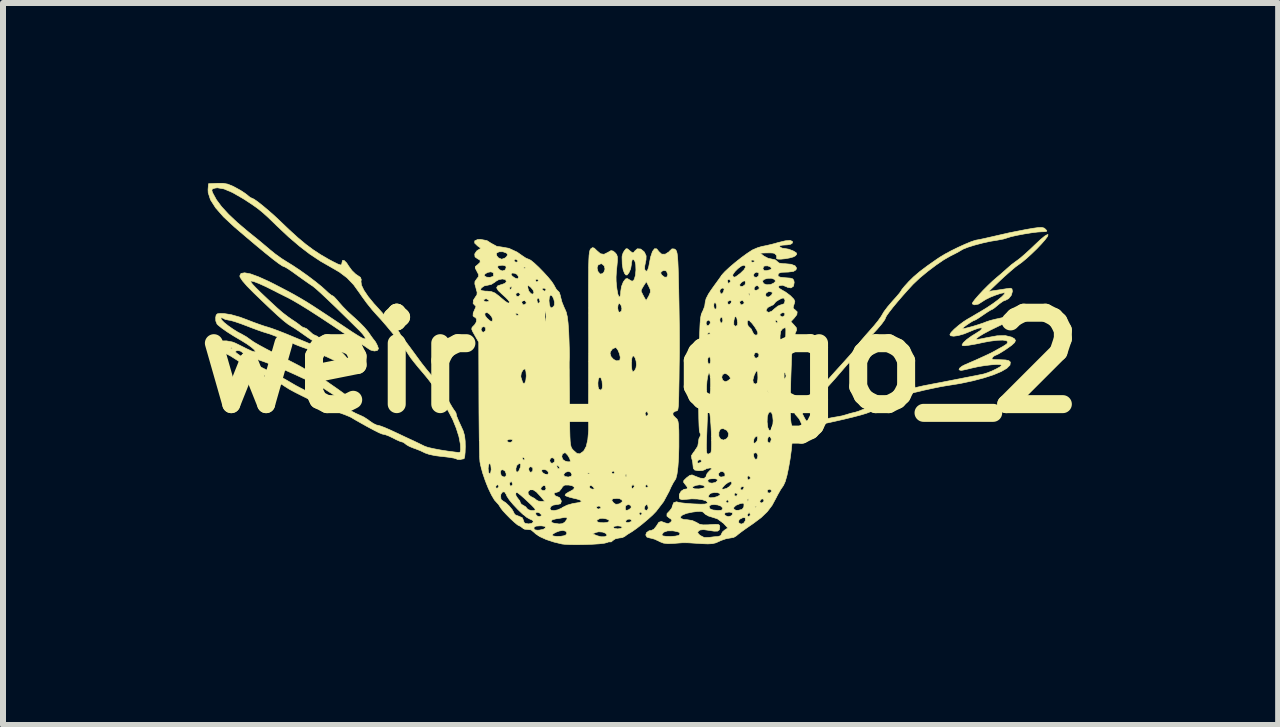
<source format=kicad_pcb>
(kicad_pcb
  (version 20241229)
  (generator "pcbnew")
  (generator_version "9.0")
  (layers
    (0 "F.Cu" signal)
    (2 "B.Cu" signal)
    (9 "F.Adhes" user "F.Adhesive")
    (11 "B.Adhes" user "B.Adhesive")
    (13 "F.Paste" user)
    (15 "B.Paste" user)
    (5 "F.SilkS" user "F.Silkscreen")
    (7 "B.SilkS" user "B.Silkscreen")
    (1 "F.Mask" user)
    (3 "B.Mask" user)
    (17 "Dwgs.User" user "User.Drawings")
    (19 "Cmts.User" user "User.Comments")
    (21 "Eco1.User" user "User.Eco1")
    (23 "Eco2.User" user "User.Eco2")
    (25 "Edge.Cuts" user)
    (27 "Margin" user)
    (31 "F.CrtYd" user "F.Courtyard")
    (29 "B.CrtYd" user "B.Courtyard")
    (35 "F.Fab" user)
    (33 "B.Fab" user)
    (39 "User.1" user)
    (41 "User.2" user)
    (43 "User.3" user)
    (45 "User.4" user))
  (footprint "weird_logo_2"
    (layer "F.Cu")
    (at 7.627 2.997)
    (property "Reference" "weird_logo_2" (at 0 0 0) (layer "F.SilkS") (effects (font (size 1.524 1.524) (thickness 0.3))))
    (attr through_hole)
    (fp_poly (pts (xy 6.726 -2.246) (xy 6.751 -2.226) (xy 6.773 -2.2) (xy 6.763 -2.188) (xy 6.712 -2.184) (xy 6.692 -2.184) (xy 6.616 -2.179) (xy 6.512 -2.166) (xy 6.394 -2.147) (xy 6.278 -2.125) (xy 6.179 -2.103) (xy 6.114 -2.083) (xy 6.109 -2.081) (xy 6.05 -2.063) (xy 5.971 -2.048) (xy 5.956 -2.045) (xy 5.833 -2.025) (xy 5.7 -1.996) (xy 5.572 -1.962) (xy 5.459 -1.927) (xy 5.376 -1.894) (xy 5.343 -1.875) (xy 5.306 -1.853) (xy 5.239 -1.817) (xy 5.165 -1.78) (xy 5.055 -1.717) (xy 4.925 -1.628) (xy 4.787 -1.524) (xy 4.656 -1.416) (xy 4.547 -1.313) (xy 4.54 -1.306) (xy 4.458 -1.217) (xy 4.37 -1.118) (xy 4.284 -1.018) (xy 4.206 -0.924) (xy 4.144 -0.844) (xy 4.103 -0.787) (xy 4.089 -0.761) (xy 4.072 -0.72) (xy 4.022 -0.65) (xy 3.945 -0.559) (xy 3.845 -0.452) (xy 3.838 -0.445) (xy 3.767 -0.364) (xy 3.701 -0.277) (xy 3.677 -0.241) (xy 3.628 -0.171) (xy 3.582 -0.115) (xy 3.568 -0.101) (xy 3.533 -0.067) (xy 3.475 -0.003) (xy 3.402 0.08) (xy 3.34 0.152) (xy 3.246 0.261) (xy 3.131 0.389) (xy 3.013 0.517) (xy 2.927 0.607) (xy 2.695 0.846) (xy 2.732 0.918) (xy 2.754 0.956) (xy 2.777 0.978) (xy 2.812 0.985) (xy 2.871 0.979) (xy 2.965 0.96) (xy 3.01 0.951) (xy 3.114 0.93) (xy 3.211 0.911) (xy 3.277 0.9) (xy 3.358 0.885) (xy 3.429 0.865) (xy 3.5 0.843) (xy 3.581 0.824) (xy 3.581 0.824) (xy 3.636 0.807) (xy 3.725 0.771) (xy 3.837 0.721) (xy 3.962 0.663) (xy 4 0.644) (xy 4.165 0.564) (xy 4.302 0.504) (xy 4.429 0.458) (xy 4.56 0.419) (xy 4.712 0.384) (xy 4.877 0.352) (xy 5.051 0.319) (xy 5.25 0.28) (xy 5.454 0.24) (xy 5.641 0.203) (xy 5.715 0.188) (xy 5.78 0.168) (xy 5.858 0.137) (xy 5.933 0.101) (xy 5.992 0.068) (xy 6.019 0.043) (xy 6.019 0.041) (xy 5.997 0.03) (xy 5.935 0.028) (xy 5.847 0.034) (xy 5.744 0.046) (xy 5.636 0.063) (xy 5.536 0.085) (xy 5.526 0.087) (xy 5.44 0.108) (xy 5.372 0.123) (xy 5.341 0.127) (xy 5.309 0.117) (xy 5.317 0.091) (xy 5.359 0.057) (xy 5.404 0.034) (xy 5.591 -0.047) (xy 5.738 -0.114) (xy 5.842 -0.163) (xy 5.893 -0.19) (xy 5.961 -0.228) (xy 6.037 -0.27) (xy 6.039 -0.271) (xy 6.104 -0.313) (xy 6.123 -0.346) (xy 6.1 -0.368) (xy 6.039 -0.378) (xy 5.944 -0.375) (xy 5.819 -0.359) (xy 5.728 -0.342) (xy 5.58 -0.311) (xy 5.475 -0.293) (xy 5.408 -0.284) (xy 5.371 -0.285) (xy 5.359 -0.296) (xy 5.359 -0.297) (xy 5.38 -0.334) (xy 5.437 -0.387) (xy 5.519 -0.446) (xy 5.586 -0.487) (xy 5.662 -0.536) (xy 5.693 -0.569) (xy 5.683 -0.583) (xy 5.636 -0.577) (xy 5.556 -0.549) (xy 5.499 -0.525) (xy 5.394 -0.482) (xy 5.297 -0.454) (xy 5.219 -0.443) (xy 5.169 -0.45) (xy 5.156 -0.468) (xy 5.176 -0.505) (xy 5.228 -0.559) (xy 5.302 -0.623) (xy 5.386 -0.686) (xy 5.452 -0.728) (xy 5.519 -0.766) (xy 5.606 -0.818) (xy 5.675 -0.858) (xy 5.778 -0.921) (xy 5.876 -0.987) (xy 5.961 -1.05) (xy 6.027 -1.105) (xy 6.066 -1.146) (xy 6.072 -1.167) (xy 6.065 -1.168) (xy 6.007 -1.158) (xy 5.923 -1.13) (xy 5.832 -1.094) (xy 5.753 -1.055) (xy 5.707 -1.026) (xy 5.632 -0.978) (xy 5.566 -0.966) (xy 5.529 -0.982) (xy 5.538 -1.007) (xy 5.576 -1.058) (xy 5.636 -1.127) (xy 5.71 -1.207) (xy 5.791 -1.288) (xy 5.871 -1.364) (xy 5.931 -1.416) (xy 6.009 -1.482) (xy 6.085 -1.549) (xy 6.109 -1.571) (xy 6.184 -1.636) (xy 6.266 -1.697) (xy 6.274 -1.702) (xy 6.329 -1.744) (xy 6.408 -1.812) (xy 6.499 -1.895) (xy 6.569 -1.962) (xy 6.667 -2.054) (xy 6.739 -2.113) (xy 6.783 -2.138) (xy 6.793 -2.135) (xy 6.784 -2.106) (xy 6.744 -2.052) (xy 6.681 -1.98) (xy 6.603 -1.898) (xy 6.517 -1.815) (xy 6.431 -1.737) (xy 6.354 -1.673) (xy 6.312 -1.643) (xy 6.25 -1.598) (xy 6.166 -1.527) (xy 6.071 -1.443) (xy 6.007 -1.384) (xy 5.804 -1.19) (xy 5.905 -1.205) (xy 6.001 -1.219) (xy 6.096 -1.234) (xy 6.102 -1.235) (xy 6.164 -1.243) (xy 6.191 -1.232) (xy 6.198 -1.196) (xy 6.198 -1.188) (xy 6.18 -1.125) (xy 6.136 -1.07) (xy 6.084 -1.042) (xy 6.076 -1.041) (xy 6.041 -1.026) (xy 5.986 -0.986) (xy 5.96 -0.965) (xy 5.905 -0.919) (xy 5.866 -0.892) (xy 5.857 -0.889) (xy 5.83 -0.875) (xy 5.774 -0.84) (xy 5.715 -0.8) (xy 5.646 -0.753) (xy 5.595 -0.721) (xy 5.575 -0.711) (xy 5.544 -0.699) (xy 5.493 -0.668) (xy 5.436 -0.63) (xy 5.389 -0.595) (xy 5.366 -0.572) (xy 5.366 -0.569) (xy 5.394 -0.57) (xy 5.456 -0.585) (xy 5.539 -0.607) (xy 5.629 -0.635) (xy 5.713 -0.663) (xy 5.777 -0.688) (xy 5.779 -0.688) (xy 5.829 -0.705) (xy 5.913 -0.726) (xy 6.013 -0.748) (xy 6.112 -0.769) (xy 6.194 -0.783) (xy 6.239 -0.787) (xy 6.265 -0.778) (xy 6.251 -0.753) (xy 6.202 -0.72) (xy 6.165 -0.702) (xy 5.985 -0.619) (xy 5.834 -0.546) (xy 5.717 -0.484) (xy 5.637 -0.435) (xy 5.598 -0.402) (xy 5.597 -0.389) (xy 5.624 -0.39) (xy 5.687 -0.401) (xy 5.768 -0.418) (xy 5.944 -0.45) (xy 6.081 -0.453) (xy 6.183 -0.428) (xy 6.184 -0.428) (xy 6.232 -0.401) (xy 6.25 -0.373) (xy 6.236 -0.338) (xy 6.186 -0.292) (xy 6.096 -0.228) (xy 6.038 -0.19) (xy 5.975 -0.152) (xy 5.93 -0.13) (xy 5.92 -0.127) (xy 5.888 -0.11) (xy 5.867 -0.089) (xy 5.856 -0.068) (xy 5.872 -0.056) (xy 5.923 -0.052) (xy 5.992 -0.051) (xy 6.085 -0.047) (xy 6.138 -0.036) (xy 6.163 -0.013) (xy 6.164 -0.009) (xy 6.158 0.039) (xy 6.105 0.092) (xy 6.012 0.146) (xy 5.883 0.2) (xy 5.723 0.252) (xy 5.537 0.301) (xy 5.33 0.345) (xy 5.106 0.381) (xy 5.105 0.381) (xy 5.006 0.398) (xy 4.874 0.425) (xy 4.725 0.457) (xy 4.575 0.493) (xy 4.439 0.527) (xy 4.412 0.535) (xy 4.344 0.56) (xy 4.249 0.601) (xy 4.145 0.652) (xy 4.12 0.665) (xy 4.015 0.72) (xy 3.914 0.773) (xy 3.836 0.814) (xy 3.823 0.82) (xy 3.765 0.842) (xy 3.669 0.871) (xy 3.543 0.904) (xy 3.399 0.939) (xy 3.246 0.974) (xy 3.096 1.007) (xy 2.959 1.034) (xy 2.845 1.053) (xy 2.801 1.059) (xy 2.733 1.064) (xy 2.699 1.053) (xy 2.682 1.02) (xy 2.679 1.008) (xy 2.647 0.939) (xy 2.614 0.9) (xy 2.574 0.853) (xy 2.568 0.821) (xy 2.588 0.813) (xy 2.616 0.795) (xy 2.673 0.745) (xy 2.751 0.67) (xy 2.846 0.575) (xy 2.951 0.466) (xy 3.061 0.349) (xy 3.128 0.276) (xy 3.227 0.165) (xy 3.34 0.041) (xy 3.444 -0.075) (xy 3.464 -0.097) (xy 3.536 -0.179) (xy 3.592 -0.247) (xy 3.626 -0.293) (xy 3.632 -0.306) (xy 3.648 -0.333) (xy 3.692 -0.388) (xy 3.756 -0.463) (xy 3.812 -0.526) (xy 3.892 -0.617) (xy 3.961 -0.702) (xy 4.01 -0.771) (xy 4.027 -0.8) (xy 4.06 -0.855) (xy 4.118 -0.932) (xy 4.188 -1.014) (xy 4.201 -1.029) (xy 4.266 -1.101) (xy 4.316 -1.16) (xy 4.341 -1.195) (xy 4.343 -1.199) (xy 4.359 -1.225) (xy 4.402 -1.277) (xy 4.462 -1.343) (xy 4.464 -1.346) (xy 4.55 -1.431) (xy 4.653 -1.519) (xy 4.78 -1.615) (xy 4.94 -1.727) (xy 4.991 -1.761) (xy 5.074 -1.811) (xy 5.18 -1.868) (xy 5.296 -1.925) (xy 5.411 -1.977) (xy 5.51 -2.018) (xy 5.582 -2.042) (xy 5.597 -2.045) (xy 5.648 -2.054) (xy 5.732 -2.072) (xy 5.828 -2.094) (xy 5.829 -2.094) (xy 6.143 -2.166) (xy 6.412 -2.219) (xy 6.536 -2.241) (xy 6.631 -2.254) (xy 6.689 -2.256) (xy 6.726 -2.246)) (stroke (width 0.01) (type solid)) (fill yes) (layer "F.SilkS"))
    (fp_poly (pts (xy -6.881 -2.978) (xy -6.795 -2.943) (xy -6.753 -2.921) (xy -6.666 -2.873) (xy -6.593 -2.825) (xy -6.552 -2.793) (xy -6.507 -2.756) (xy -6.477 -2.743) (xy -6.443 -2.727) (xy -6.38 -2.683) (xy -6.299 -2.619) (xy -6.206 -2.541) (xy -6.11 -2.457) (xy -6.032 -2.384) (xy -5.859 -2.219) (xy -5.712 -2.085) (xy -5.58 -1.975) (xy -5.456 -1.883) (xy -5.331 -1.801) (xy -5.195 -1.722) (xy -5.123 -1.684) (xy -5.045 -1.645) (xy -5.001 -1.63) (xy -4.982 -1.638) (xy -4.978 -1.662) (xy -4.968 -1.706) (xy -4.94 -1.705) (xy -4.898 -1.663) (xy -4.866 -1.613) (xy -4.811 -1.538) (xy -4.748 -1.477) (xy -4.721 -1.459) (xy -4.669 -1.424) (xy -4.655 -1.386) (xy -4.66 -1.355) (xy -4.652 -1.294) (xy -4.611 -1.208) (xy -4.54 -1.103) (xy -4.444 -0.986) (xy -4.42 -0.96) (xy -4.369 -0.904) (xy -4.301 -0.828) (xy -4.242 -0.76) (xy -4.173 -0.683) (xy -4.11 -0.611) (xy -4.07 -0.568) (xy -4.031 -0.521) (xy -4.013 -0.492) (xy -4.013 -0.491) (xy -3.999 -0.464) (xy -3.962 -0.415) (xy -3.948 -0.397) (xy -3.906 -0.342) (xy -3.844 -0.259) (xy -3.772 -0.161) (xy -3.729 -0.102) (xy -3.649 0.007) (xy -3.563 0.116) (xy -3.486 0.208) (xy -3.456 0.241) (xy -3.388 0.326) (xy -3.313 0.436) (xy -3.245 0.55) (xy -3.231 0.577) (xy -3.181 0.67) (xy -3.137 0.745) (xy -3.106 0.792) (xy -3.098 0.801) (xy -3.076 0.837) (xy -3.073 0.854) (xy -3.063 0.895) (xy -3.034 0.965) (xy -2.997 1.045) (xy -2.956 1.136) (xy -2.933 1.216) (xy -2.923 1.306) (xy -2.921 1.4) (xy -2.924 1.493) (xy -2.931 1.564) (xy -2.941 1.598) (xy -2.944 1.6) (xy -2.988 1.608) (xy -3.001 1.613) (xy -3.051 1.611) (xy -3.071 1.602) (xy -3.112 1.589) (xy -3.189 1.576) (xy -3.287 1.564) (xy -3.313 1.562) (xy -3.424 1.548) (xy -3.523 1.527) (xy -3.59 1.504) (xy -3.594 1.502) (xy -3.669 1.466) (xy -3.758 1.431) (xy -3.779 1.424) (xy -3.851 1.395) (xy -3.905 1.364) (xy -3.915 1.355) (xy -3.955 1.325) (xy -3.972 1.321) (xy -4.009 1.31) (xy -4.074 1.281) (xy -4.12 1.257) (xy -4.195 1.221) (xy -4.256 1.198) (xy -4.278 1.194) (xy -4.309 1.187) (xy -4.362 1.165) (xy -4.441 1.125) (xy -4.554 1.065) (xy -4.686 0.991) (xy -4.753 0.953) (xy -4.803 0.923) (xy -4.813 0.916) (xy -4.85 0.898) (xy -4.918 0.87) (xy -4.966 0.852) (xy -5.075 0.81) (xy -5.206 0.754) (xy -5.351 0.69) (xy -5.498 0.622) (xy -5.637 0.554) (xy -5.76 0.492) (xy -5.856 0.44) (xy -5.914 0.403) (xy -5.915 0.403) (xy -5.972 0.365) (xy -6.053 0.319) (xy -6.105 0.292) (xy -6.184 0.253) (xy -6.248 0.219) (xy -6.274 0.205) (xy -6.315 0.183) (xy -6.386 0.146) (xy -6.469 0.104) (xy -6.576 0.046) (xy -6.688 -0.02) (xy -6.757 -0.064) (xy -6.831 -0.111) (xy -6.891 -0.143) (xy -6.919 -0.152) (xy -6.955 -0.169) (xy -7.006 -0.212) (xy -7.025 -0.23) (xy -7.034 -0.241) (xy -6.833 -0.241) (xy -6.82 -0.229) (xy -6.807 -0.241) (xy -6.82 -0.254) (xy -6.833 -0.241) (xy -7.034 -0.241) (xy -7.07 -0.281) (xy -7.082 -0.31) (xy -7.066 -0.333) (xy -7.054 -0.342) (xy -6.99 -0.364) (xy -6.901 -0.365) (xy -6.805 -0.347) (xy -6.757 -0.329) (xy -6.697 -0.3) (xy -6.615 -0.259) (xy -6.572 -0.237) (xy -6.484 -0.196) (xy -6.434 -0.181) (xy -6.42 -0.19) (xy -6.437 -0.217) (xy -6.484 -0.258) (xy -6.557 -0.311) (xy -6.654 -0.371) (xy -6.68 -0.386) (xy -6.786 -0.449) (xy -6.89 -0.515) (xy -6.98 -0.578) (xy -7.042 -0.628) (xy -7.059 -0.645) (xy -7.08 -0.697) (xy -7.082 -0.754) (xy -7.074 -0.795) (xy -7.054 -0.816) (xy -7.009 -0.822) (xy -6.939 -0.82) (xy -6.824 -0.802) (xy -6.679 -0.761) (xy -6.571 -0.721) (xy -6.455 -0.676) (xy -6.344 -0.636) (xy -6.253 -0.605) (xy -6.223 -0.597) (xy -6.148 -0.573) (xy -6.044 -0.535) (xy -5.929 -0.49) (xy -5.88 -0.47) (xy -5.707 -0.398) (xy -5.574 -0.343) (xy -5.478 -0.303) (xy -5.411 -0.277) (xy -5.369 -0.263) (xy -5.346 -0.258) (xy -5.336 -0.261) (xy -5.334 -0.269) (xy -5.334 -0.275) (xy -5.354 -0.3) (xy -5.403 -0.331) (xy -5.404 -0.332) (xy -5.461 -0.366) (xy -5.54 -0.418) (xy -5.613 -0.469) (xy -5.698 -0.529) (xy -5.777 -0.581) (xy -5.826 -0.611) (xy -5.88 -0.646) (xy -5.956 -0.706) (xy -6.056 -0.794) (xy -6.183 -0.912) (xy -6.341 -1.063) (xy -6.441 -1.159) (xy -6.559 -1.278) (xy -6.636 -1.367) (xy -6.675 -1.427) (xy -6.68 -1.448) (xy -6.66 -1.489) (xy -6.6 -1.5) (xy -6.502 -1.482) (xy -6.368 -1.433) (xy -6.197 -1.356) (xy -6.109 -1.312) (xy -5.976 -1.243) (xy -5.863 -1.184) (xy -5.763 -1.129) (xy -5.669 -1.075) (xy -5.571 -1.017) (xy -5.465 -0.95) (xy -5.341 -0.869) (xy -5.192 -0.771) (xy -5.011 -0.65) (xy -4.942 -0.604) (xy -4.812 -0.517) (xy -4.717 -0.457) (xy -4.652 -0.419) (xy -4.612 -0.401) (xy -4.591 -0.399) (xy -4.586 -0.404) (xy -4.596 -0.432) (xy -4.634 -0.482) (xy -4.685 -0.537) (xy -4.895 -0.744) (xy -5.072 -0.917) (xy -5.216 -1.055) (xy -5.328 -1.16) (xy -5.41 -1.234) (xy -5.463 -1.277) (xy -5.474 -1.284) (xy -5.53 -1.322) (xy -5.611 -1.379) (xy -5.704 -1.445) (xy -5.733 -1.466) (xy -5.816 -1.526) (xy -5.885 -1.572) (xy -5.928 -1.597) (xy -5.937 -1.6) (xy -5.97 -1.614) (xy -6.033 -1.656) (xy -6.128 -1.728) (xy -6.255 -1.83) (xy -6.417 -1.964) (xy -6.613 -2.13) (xy -6.77 -2.264) (xy -6.95 -2.431) (xy -7.083 -2.583) (xy -7.169 -2.718) (xy -7.207 -2.837) (xy -7.208 -2.869) (xy -7.146 -2.869) (xy -7.129 -2.826) (xy -7.069 -2.716) (xy -6.983 -2.601) (xy -6.868 -2.476) (xy -6.72 -2.336) (xy -6.533 -2.178) (xy -6.416 -2.084) (xy -6.357 -2.036) (xy -6.277 -1.969) (xy -6.191 -1.897) (xy -6.185 -1.891) (xy -6.091 -1.815) (xy -5.99 -1.742) (xy -5.905 -1.688) (xy -5.798 -1.622) (xy -5.672 -1.538) (xy -5.54 -1.444) (xy -5.416 -1.35) (xy -5.313 -1.266) (xy -5.255 -1.214) (xy -5.197 -1.16) (xy -5.152 -1.125) (xy -5.135 -1.118) (xy -5.108 -1.099) (xy -5.063 -1.051) (xy -5.026 -1.007) (xy -4.964 -0.937) (xy -4.879 -0.851) (xy -4.788 -0.768) (xy -4.775 -0.757) (xy -4.686 -0.675) (xy -4.602 -0.589) (xy -4.54 -0.515) (xy -4.533 -0.505) (xy -4.488 -0.44) (xy -4.454 -0.394) (xy -4.443 -0.381) (xy -4.416 -0.345) (xy -4.387 -0.289) (xy -4.37 -0.241) (xy -4.369 -0.233) (xy -4.389 -0.204) (xy -4.437 -0.196) (xy -4.497 -0.211) (xy -4.535 -0.234) (xy -4.6 -0.279) (xy -4.68 -0.328) (xy -4.699 -0.339) (xy -4.777 -0.385) (xy -4.871 -0.444) (xy -4.933 -0.486) (xy -5.148 -0.631) (xy -5.348 -0.763) (xy -5.528 -0.879) (xy -5.682 -0.974) (xy -5.804 -1.045) (xy -5.863 -1.077) (xy -5.959 -1.125) (xy -6.047 -1.169) (xy -6.108 -1.201) (xy -6.109 -1.201) (xy -6.247 -1.27) (xy -6.36 -1.321) (xy -6.443 -1.353) (xy -6.49 -1.363) (xy -6.496 -1.361) (xy -6.494 -1.344) (xy -6.467 -1.308) (xy -6.413 -1.251) (xy -6.33 -1.169) (xy -6.214 -1.059) (xy -6.063 -0.919) (xy -6.054 -0.911) (xy -5.968 -0.836) (xy -5.875 -0.765) (xy -5.815 -0.723) (xy -5.744 -0.676) (xy -5.687 -0.634) (xy -5.669 -0.618) (xy -5.625 -0.589) (xy -5.603 -0.584) (xy -5.565 -0.567) (xy -5.516 -0.525) (xy -5.512 -0.521) (xy -5.463 -0.477) (xy -5.425 -0.457) (xy -5.422 -0.457) (xy -5.385 -0.44) (xy -5.347 -0.406) (xy -5.302 -0.368) (xy -5.234 -0.322) (xy -5.16 -0.276) (xy -5.094 -0.242) (xy -5.053 -0.229) (xy -5.053 -0.229) (xy -5.021 -0.212) (xy -4.974 -0.169) (xy -4.924 -0.116) (xy -4.884 -0.064) (xy -4.865 -0.028) (xy -4.866 -0.022) (xy -4.904 -0.003) (xy -4.97 -0.002) (xy -5.047 -0.017) (xy -5.097 -0.037) (xy -5.232 -0.1) (xy -5.392 -0.168) (xy -5.552 -0.229) (xy -5.559 -0.232) (xy -5.646 -0.263) (xy -5.719 -0.291) (xy -5.753 -0.305) (xy -5.935 -0.383) (xy -6.074 -0.44) (xy -6.174 -0.478) (xy -6.236 -0.497) (xy -6.291 -0.514) (xy -6.38 -0.545) (xy -6.488 -0.585) (xy -6.56 -0.613) (xy -6.669 -0.654) (xy -6.766 -0.687) (xy -6.838 -0.707) (xy -6.866 -0.711) (xy -6.924 -0.723) (xy -6.952 -0.739) (xy -6.984 -0.752) (xy -6.995 -0.741) (xy -6.984 -0.715) (xy -6.94 -0.67) (xy -6.872 -0.616) (xy -6.792 -0.56) (xy -6.71 -0.509) (xy -6.655 -0.481) (xy -6.572 -0.434) (xy -6.493 -0.378) (xy -6.49 -0.376) (xy -6.441 -0.342) (xy -6.356 -0.293) (xy -6.245 -0.233) (xy -6.118 -0.167) (xy -6.045 -0.131) (xy -5.914 -0.066) (xy -5.793 -0.004) (xy -5.693 0.048) (xy -5.623 0.087) (xy -5.601 0.101) (xy -5.538 0.135) (xy -5.488 0.152) (xy -5.483 0.152) (xy -5.437 0.167) (xy -5.378 0.204) (xy -5.37 0.21) (xy -5.32 0.247) (xy -5.24 0.305) (xy -5.141 0.374) (xy -5.056 0.433) (xy -4.933 0.521) (xy -4.85 0.593) (xy -4.806 0.645) (xy -4.805 0.677) (xy -4.839 0.686) (xy -4.881 0.673) (xy -4.949 0.638) (xy -5.019 0.597) (xy -5.122 0.53) (xy -5.235 0.457) (xy -5.294 0.419) (xy -5.367 0.373) (xy -5.423 0.341) (xy -5.449 0.33) (xy -5.464 0.327) (xy -5.496 0.315) (xy -5.55 0.292) (xy -5.633 0.255) (xy -5.751 0.2) (xy -5.855 0.153) (xy -5.982 0.097) (xy -6.125 0.039) (xy -6.254 -0.009) (xy -6.261 -0.012) (xy -6.417 -0.067) (xy -6.529 -0.111) (xy -6.601 -0.146) (xy -6.638 -0.172) (xy -6.643 -0.178) (xy -6.673 -0.197) (xy -6.718 -0.203) (xy -6.751 -0.194) (xy -6.756 -0.184) (xy -6.733 -0.16) (xy -6.673 -0.118) (xy -6.581 -0.063) (xy -6.465 0.001) (xy -6.333 0.069) (xy -6.299 0.087) (xy -6.206 0.133) (xy -6.128 0.173) (xy -6.078 0.199) (xy -6.071 0.203) (xy -6.014 0.232) (xy -5.994 0.24) (xy -5.953 0.26) (xy -5.885 0.298) (xy -5.829 0.331) (xy -5.743 0.381) (xy -5.66 0.425) (xy -5.621 0.444) (xy -5.562 0.477) (xy -5.526 0.505) (xy -5.525 0.508) (xy -5.488 0.531) (xy -5.471 0.533) (xy -5.432 0.544) (xy -5.36 0.572) (xy -5.268 0.612) (xy -5.22 0.635) (xy -5.123 0.68) (xy -5.041 0.714) (xy -4.987 0.734) (xy -4.974 0.737) (xy -4.933 0.749) (xy -4.868 0.779) (xy -4.833 0.798) (xy -4.756 0.839) (xy -4.688 0.87) (xy -4.668 0.878) (xy -4.612 0.905) (xy -4.542 0.95) (xy -4.518 0.969) (xy -4.453 1.013) (xy -4.398 1.039) (xy -4.382 1.041) (xy -4.34 1.052) (xy -4.267 1.079) (xy -4.175 1.119) (xy -4.145 1.133) (xy -4.031 1.186) (xy -3.915 1.241) (xy -3.818 1.286) (xy -3.81 1.289) (xy -3.72 1.332) (xy -3.638 1.372) (xy -3.597 1.392) (xy -3.542 1.411) (xy -3.449 1.432) (xy -3.333 1.454) (xy -3.205 1.474) (xy -3.08 1.49) (xy -3.025 1.496) (xy -3.006 1.487) (xy -2.999 1.449) (xy -3.002 1.373) (xy -3.004 1.353) (xy -3.027 1.232) (xy -3.072 1.09) (xy -3.13 0.947) (xy -3.18 0.851) (xy -3.205 0.805) (xy -3.247 0.729) (xy -3.296 0.636) (xy -3.31 0.61) (xy -3.368 0.511) (xy -3.45 0.392) (xy -3.543 0.269) (xy -3.618 0.178) (xy -3.702 0.08) (xy -3.775 -0.01) (xy -3.831 -0.082) (xy -3.86 -0.126) (xy -3.861 -0.126) (xy -3.9 -0.188) (xy -3.964 -0.277) (xy -4.047 -0.384) (xy -4.139 -0.5) (xy -4.234 -0.614) (xy -4.322 -0.716) (xy -4.393 -0.793) (xy -4.473 -0.883) (xy -4.564 -0.996) (xy -4.649 -1.113) (xy -4.674 -1.15) (xy -4.782 -1.3) (xy -4.893 -1.416) (xy -5.02 -1.512) (xy -5.145 -1.585) (xy -5.332 -1.692) (xy -5.508 -1.808) (xy -5.682 -1.941) (xy -5.866 -2.098) (xy -6.067 -2.287) (xy -6.118 -2.337) (xy -6.219 -2.434) (xy -6.304 -2.51) (xy -6.386 -2.576) (xy -6.481 -2.643) (xy -6.602 -2.722) (xy -6.629 -2.739) (xy -6.802 -2.838) (xy -6.943 -2.898) (xy -7.054 -2.917) (xy -7.096 -2.911) (xy -7.139 -2.896) (xy -7.146 -2.869) (xy -7.208 -2.869) (xy -7.209 -2.889) (xy -7.201 -2.985) (xy -7.052 -2.992) (xy -6.958 -2.992) (xy -6.881 -2.978)) (stroke (width 0.01) (type solid)) (fill yes) (layer "F.SilkS"))
    (fp_poly (pts (xy 2.532 -2.023) (xy 2.532 -1.997) (xy 2.503 -1.976) (xy 2.449 -1.966) (xy 2.368 -1.961) (xy 2.328 -1.954) (xy 2.319 -1.942) (xy 2.324 -1.93) (xy 2.359 -1.911) (xy 2.403 -1.905) (xy 2.47 -1.893) (xy 2.544 -1.865) (xy 2.544 -1.865) (xy 2.594 -1.835) (xy 2.604 -1.812) (xy 2.583 -1.784) (xy 2.545 -1.764) (xy 2.482 -1.747) (xy 2.409 -1.734) (xy 2.339 -1.727) (xy 2.287 -1.728) (xy 2.266 -1.739) (xy 2.268 -1.744) (xy 2.27 -1.786) (xy 2.236 -1.821) (xy 2.21 -1.829) (xy 2.159 -1.832) (xy 2.088 -1.831) (xy 2.083 -1.831) (xy 1.994 -1.828) (xy 2.057 -1.778) (xy 2.126 -1.742) (xy 2.192 -1.728) (xy 2.248 -1.715) (xy 2.277 -1.689) (xy 2.309 -1.662) (xy 2.384 -1.651) (xy 2.411 -1.651) (xy 2.509 -1.642) (xy 2.575 -1.617) (xy 2.6 -1.58) (xy 2.591 -1.549) (xy 2.549 -1.523) (xy 2.462 -1.512) (xy 2.433 -1.511) (xy 2.351 -1.508) (xy 2.308 -1.494) (xy 2.291 -1.468) (xy 2.295 -1.442) (xy 2.326 -1.427) (xy 2.395 -1.419) (xy 2.418 -1.417) (xy 2.496 -1.411) (xy 2.538 -1.398) (xy 2.555 -1.371) (xy 2.561 -1.34) (xy 2.55 -1.277) (xy 2.508 -1.248) (xy 2.447 -1.259) (xy 2.435 -1.266) (xy 2.367 -1.293) (xy 2.314 -1.285) (xy 2.299 -1.27) (xy 2.308 -1.244) (xy 2.352 -1.216) (xy 2.354 -1.215) (xy 2.42 -1.177) (xy 2.492 -1.123) (xy 2.506 -1.11) (xy 2.556 -1.059) (xy 2.572 -1.021) (xy 2.561 -0.979) (xy 2.558 -0.972) (xy 2.543 -0.922) (xy 2.56 -0.893) (xy 2.573 -0.885) (xy 2.611 -0.849) (xy 2.605 -0.802) (xy 2.561 -0.745) (xy 2.506 -0.686) (xy 2.561 -0.627) (xy 2.597 -0.584) (xy 2.602 -0.548) (xy 2.58 -0.494) (xy 2.576 -0.486) (xy 2.56 -0.446) (xy 2.547 -0.393) (xy 2.535 -0.321) (xy 2.526 -0.225) (xy 2.518 -0.1) (xy 2.512 0.06) (xy 2.505 0.261) (xy 2.5 0.483) (xy 2.497 0.683) (xy 2.497 0.835) (xy 2.502 0.944) (xy 2.51 1.011) (xy 2.518 1.034) (xy 2.531 1.092) (xy 2.533 1.19) (xy 2.527 1.315) (xy 2.513 1.457) (xy 2.493 1.605) (xy 2.468 1.749) (xy 2.441 1.878) (xy 2.412 1.98) (xy 2.382 2.046) (xy 2.377 2.053) (xy 2.334 2.116) (xy 2.286 2.201) (xy 2.262 2.248) (xy 2.193 2.376) (xy 2.113 2.482) (xy 2.011 2.58) (xy 1.876 2.681) (xy 1.845 2.702) (xy 1.751 2.767) (xy 1.671 2.825) (xy 1.616 2.868) (xy 1.6 2.883) (xy 1.553 2.911) (xy 1.494 2.921) (xy 1.425 2.933) (xy 1.342 2.962) (xy 1.316 2.974) (xy 1.256 3.001) (xy 1.197 3.015) (xy 1.122 3.019) (xy 1.015 3.015) (xy 0.993 3.013) (xy 0.879 3.006) (xy 0.802 3.001) (xy 0.746 3) (xy 0.698 3) (xy 0.643 3.004) (xy 0.566 3.01) (xy 0.559 3.011) (xy 0.455 3.015) (xy 0.382 3.006) (xy 0.318 2.981) (xy 0.305 2.973) (xy 0.233 2.94) (xy 0.171 2.923) (xy 0.161 2.922) (xy 0.107 2.906) (xy 0.088 2.873) (xy 0.356 2.873) (xy 0.378 2.887) (xy 0.434 2.894) (xy 0.506 2.895) (xy 0.577 2.89) (xy 0.631 2.879) (xy 0.649 2.869) (xy 0.657 2.84) (xy 0.633 2.821) (xy 0.569 2.806) (xy 0.536 2.801) (xy 0.448 2.802) (xy 0.384 2.825) (xy 0.356 2.866) (xy 0.356 2.873) (xy 0.088 2.873) (xy 0.087 2.871) (xy 0.1 2.831) (xy 0.142 2.801) (xy 0.183 2.794) (xy 0.224 2.773) (xy 0.264 2.723) (xy 0.267 2.718) (xy 0.305 2.659) (xy 0.347 2.645) (xy 0.408 2.668) (xy 0.411 2.669) (xy 0.462 2.683) (xy 0.501 2.659) (xy 0.524 2.628) (xy 0.506 2.604) (xy 0.486 2.592) (xy 0.455 2.568) (xy 0.665 2.568) (xy 0.671 2.594) (xy 0.72 2.612) (xy 0.783 2.617) (xy 0.864 2.63) (xy 0.934 2.662) (xy 0.937 2.664) (xy 0.983 2.691) (xy 1.041 2.702) (xy 1.127 2.701) (xy 1.16 2.698) (xy 1.247 2.693) (xy 1.295 2.695) (xy 1.316 2.708) (xy 1.321 2.736) (xy 1.321 2.738) (xy 1.314 2.784) (xy 1.285 2.806) (xy 1.227 2.807) (xy 1.142 2.794) (xy 1.051 2.781) (xy 0.995 2.787) (xy 0.972 2.799) (xy 0.951 2.826) (xy 0.967 2.854) (xy 0.994 2.878) (xy 1.06 2.912) (xy 1.142 2.911) (xy 1.221 2.901) (xy 1.287 2.896) (xy 1.289 2.896) (xy 1.334 2.883) (xy 1.346 2.861) (xy 1.365 2.821) (xy 1.4 2.79) (xy 1.455 2.754) (xy 1.381 2.674) (xy 1.351 2.652) (xy 1.632 2.652) (xy 1.639 2.668) (xy 1.675 2.69) (xy 1.717 2.676) (xy 1.745 2.635) (xy 1.748 2.624) (xy 1.745 2.584) (xy 1.712 2.581) (xy 1.703 2.583) (xy 1.645 2.612) (xy 1.632 2.652) (xy 1.351 2.652) (xy 1.281 2.601) (xy 1.206 2.577) (xy 1.131 2.554) (xy 1.08 2.524) (xy 1.398 2.524) (xy 1.414 2.548) (xy 1.46 2.565) (xy 1.51 2.553) (xy 1.52 2.541) (xy 1.778 2.541) (xy 1.797 2.565) (xy 1.803 2.565) (xy 1.826 2.545) (xy 1.829 2.526) (xy 1.816 2.5) (xy 1.803 2.502) (xy 1.779 2.534) (xy 1.778 2.541) (xy 1.52 2.541) (xy 1.533 2.527) (xy 1.531 2.5) (xy 1.489 2.49) (xy 1.472 2.489) (xy 1.413 2.498) (xy 1.398 2.524) (xy 1.08 2.524) (xy 1.075 2.52) (xy 1.067 2.512) (xy 1.04 2.487) (xy 1.004 2.477) (xy 0.944 2.479) (xy 0.866 2.489) (xy 0.766 2.51) (xy 0.698 2.538) (xy 0.665 2.568) (xy 0.455 2.568) (xy 0.44 2.556) (xy 0.441 2.515) (xy 0.483 2.471) (xy 0.521 2.422) (xy 0.529 2.397) (xy 1.143 2.397) (xy 1.157 2.434) (xy 1.206 2.454) (xy 1.291 2.462) (xy 1.349 2.458) (xy 1.364 2.441) (xy 1.554 2.441) (xy 1.591 2.459) (xy 1.632 2.459) (xy 1.693 2.444) (xy 1.719 2.409) (xy 1.721 2.4) (xy 1.905 2.4) (xy 1.918 2.413) (xy 1.93 2.4) (xy 1.918 2.388) (xy 1.905 2.4) (xy 1.721 2.4) (xy 1.723 2.391) (xy 1.724 2.349) (xy 1.7 2.34) (xy 1.66 2.348) (xy 1.591 2.376) (xy 1.555 2.41) (xy 1.554 2.441) (xy 1.364 2.441) (xy 1.368 2.437) (xy 1.367 2.419) (xy 1.341 2.39) (xy 1.288 2.37) (xy 1.225 2.363) (xy 1.171 2.369) (xy 1.144 2.391) (xy 1.143 2.397) (xy 0.529 2.397) (xy 0.533 2.383) (xy 0.552 2.332) (xy 0.6 2.317) (xy 0.63 2.325) (xy 0.674 2.334) (xy 0.754 2.343) (xy 0.856 2.351) (xy 0.895 2.353) (xy 1.005 2.357) (xy 1.073 2.355) (xy 1.108 2.346) (xy 1.118 2.329) (xy 1.118 2.328) (xy 1.102 2.311) (xy 1.422 2.311) (xy 1.442 2.336) (xy 1.448 2.337) (xy 1.472 2.317) (xy 1.473 2.311) (xy 1.454 2.287) (xy 1.448 2.286) (xy 1.778 2.286) (xy 1.787 2.307) (xy 1.788 2.307) (xy 1.987 2.307) (xy 1.998 2.333) (xy 2.017 2.337) (xy 2.052 2.316) (xy 2.057 2.297) (xy 2.043 2.269) (xy 2.012 2.273) (xy 1.987 2.307) (xy 1.788 2.307) (xy 1.795 2.303) (xy 1.798 2.273) (xy 1.795 2.269) (xy 1.78 2.273) (xy 1.778 2.286) (xy 1.448 2.286) (xy 1.423 2.305) (xy 1.422 2.311) (xy 1.102 2.311) (xy 1.094 2.303) (xy 1.034 2.284) (xy 0.949 2.271) (xy 0.854 2.268) (xy 0.764 2.276) (xy 0.693 2.282) (xy 0.657 2.27) (xy 0.646 2.253) (xy 0.646 2.222) (xy 1.131 2.222) (xy 1.133 2.24) (xy 1.166 2.251) (xy 1.223 2.246) (xy 1.283 2.229) (xy 1.324 2.204) (xy 1.324 2.204) (xy 1.56 2.204) (xy 1.563 2.212) (xy 1.594 2.225) (xy 1.602 2.221) (xy 1.615 2.19) (xy 1.612 2.182) (xy 1.581 2.17) (xy 1.573 2.173) (xy 1.56 2.204) (xy 1.324 2.204) (xy 1.326 2.2) (xy 1.321 2.178) (xy 1.283 2.165) (xy 1.229 2.163) (xy 1.177 2.173) (xy 1.154 2.186) (xy 1.131 2.222) (xy 0.646 2.222) (xy 0.646 2.194) (xy 0.677 2.14) (xy 0.702 2.124) (xy 2.111 2.124) (xy 2.118 2.159) (xy 2.124 2.167) (xy 2.156 2.172) (xy 2.182 2.146) (xy 2.184 2.132) (xy 2.164 2.111) (xy 2.146 2.108) (xy 2.111 2.124) (xy 0.702 2.124) (xy 0.726 2.109) (xy 0.737 2.108) (xy 0.756 2.105) (xy 1.357 2.105) (xy 1.384 2.108) (xy 1.439 2.092) (xy 1.448 2.086) (xy 1.665 2.086) (xy 1.666 2.112) (xy 1.693 2.123) (xy 1.709 2.111) (xy 1.725 2.078) (xy 1.721 2.068) (xy 1.69 2.063) (xy 1.665 2.086) (xy 1.448 2.086) (xy 1.478 2.066) (xy 1.513 2.026) (xy 1.524 2.003) (xy 1.508 1.981) (xy 1.467 1.991) (xy 1.415 2.027) (xy 1.397 2.045) (xy 1.36 2.087) (xy 1.357 2.105) (xy 0.756 2.105) (xy 0.779 2.1) (xy 0.78 2.086) (xy 0.866 2.086) (xy 0.9 2.101) (xy 0.969 2.103) (xy 0.972 2.103) (xy 1.036 2.093) (xy 1.072 2.077) (xy 1.074 2.07) (xy 1.046 2.042) (xy 0.984 2.034) (xy 0.925 2.043) (xy 0.873 2.064) (xy 0.866 2.086) (xy 0.78 2.086) (xy 0.78 2.073) (xy 0.743 2.025) (xy 0.717 1.991) (xy 0.72 1.968) (xy 1.118 1.968) (xy 1.14 1.999) (xy 1.191 2.007) (xy 1.251 1.994) (xy 1.279 1.968) (xy 1.278 1.942) (xy 1.239 1.931) (xy 1.206 1.93) (xy 1.14 1.939) (xy 1.118 1.966) (xy 1.118 1.968) (xy 0.72 1.968) (xy 0.721 1.963) (xy 0.759 1.925) (xy 0.77 1.915) (xy 0.821 1.877) (xy 0.859 1.869) (xy 0.909 1.89) (xy 0.914 1.892) (xy 0.995 1.923) (xy 1.057 1.928) (xy 1.071 1.918) (xy 1.778 1.918) (xy 1.791 1.949) (xy 1.805 1.951) (xy 1.832 1.925) (xy 1.833 1.918) (xy 1.813 1.888) (xy 1.805 1.884) (xy 1.782 1.897) (xy 1.778 1.918) (xy 1.071 1.918) (xy 1.09 1.905) (xy 1.092 1.89) (xy 1.096 1.88) (xy 1.3 1.88) (xy 1.332 1.904) (xy 1.345 1.905) (xy 1.392 1.896) (xy 1.407 1.885) (xy 1.407 1.846) (xy 1.377 1.815) (xy 1.336 1.812) (xy 1.301 1.843) (xy 1.3 1.88) (xy 1.096 1.88) (xy 1.11 1.845) (xy 1.149 1.802) (xy 1.187 1.768) (xy 1.187 1.756) (xy 1.154 1.753) (xy 1.098 1.765) (xy 1.075 1.78) (xy 1.033 1.796) (xy 0.967 1.799) (xy 0.962 1.799) (xy 0.903 1.788) (xy 0.88 1.76) (xy 0.875 1.714) (xy 0.868 1.647) (xy 0.945 1.647) (xy 0.953 1.672) (xy 0.976 1.672) (xy 1.012 1.652) (xy 1.017 1.638) (xy 1 1.615) (xy 0.967 1.62) (xy 0.945 1.647) (xy 0.868 1.647) (xy 0.867 1.643) (xy 0.853 1.592) (xy 0.849 1.547) (xy 0.884 1.492) (xy 0.898 1.477) (xy 0.954 1.39) (xy 0.958 1.365) (xy 1.098 1.365) (xy 1.098 1.449) (xy 1.103 1.498) (xy 1.114 1.52) (xy 1.126 1.524) (xy 1.153 1.511) (xy 1.885 1.511) (xy 1.885 1.555) (xy 1.895 1.585) (xy 1.919 1.613) (xy 1.944 1.599) (xy 1.956 1.552) (xy 1.956 1.548) (xy 1.94 1.508) (xy 1.918 1.499) (xy 1.885 1.511) (xy 1.153 1.511) (xy 1.167 1.505) (xy 1.175 1.492) (xy 1.181 1.448) (xy 1.183 1.368) (xy 1.182 1.294) (xy 1.884 1.294) (xy 1.887 1.337) (xy 1.909 1.341) (xy 1.939 1.309) (xy 1.948 1.283) (xy 2.114 1.283) (xy 2.118 1.311) (xy 2.14 1.339) (xy 2.163 1.327) (xy 2.179 1.282) (xy 2.174 1.255) (xy 2.153 1.226) (xy 2.129 1.239) (xy 2.114 1.283) (xy 1.948 1.283) (xy 1.952 1.272) (xy 1.948 1.228) (xy 1.926 1.225) (xy 1.896 1.256) (xy 1.884 1.294) (xy 1.182 1.294) (xy 1.182 1.264) (xy 1.181 1.225) (xy 1.305 1.225) (xy 1.335 1.272) (xy 1.381 1.289) (xy 1.432 1.268) (xy 1.458 1.238) (xy 1.469 1.18) (xy 1.441 1.128) (xy 1.381 1.098) (xy 1.376 1.097) (xy 1.331 1.105) (xy 1.306 1.154) (xy 1.306 1.154) (xy 1.305 1.225) (xy 1.181 1.225) (xy 1.179 1.149) (xy 1.173 1.033) (xy 1.169 0.986) (xy 2.11 0.986) (xy 2.121 1.075) (xy 2.124 1.086) (xy 2.145 1.127) (xy 2.169 1.124) (xy 2.191 1.087) (xy 2.206 1.022) (xy 2.21 0.964) (xy 2.202 0.88) (xy 2.183 0.829) (xy 2.156 0.817) (xy 2.131 0.841) (xy 2.113 0.901) (xy 2.11 0.986) (xy 1.169 0.986) (xy 1.165 0.93) (xy 1.156 0.851) (xy 1.147 0.808) (xy 1.144 0.804) (xy 1.125 0.801) (xy 1.117 0.845) (xy 1.116 0.865) (xy 1.114 0.926) (xy 1.11 1.024) (xy 1.106 1.142) (xy 1.102 1.238) (xy 1.098 1.365) (xy 0.958 1.365) (xy 0.965 1.327) (xy 0.973 1.267) (xy 0.99 1.232) (xy 0.991 1.232) (xy 1.002 1.198) (xy 0.988 1.164) (xy 0.98 1.127) (xy 0.975 1.049) (xy 0.971 0.928) (xy 0.969 0.762) (xy 0.97 0.55) (xy 0.971 0.463) (xy 1.1 0.463) (xy 1.107 0.518) (xy 1.125 0.568) (xy 1.142 0.57) (xy 1.157 0.531) (xy 1.166 0.455) (xy 1.167 0.415) (xy 2.11 0.415) (xy 2.119 0.473) (xy 2.144 0.504) (xy 2.173 0.493) (xy 2.194 0.451) (xy 2.197 0.417) (xy 2.186 0.358) (xy 2.159 0.343) (xy 2.125 0.364) (xy 2.11 0.415) (xy 1.167 0.415) (xy 1.168 0.368) (xy 1.166 0.276) (xy 1.162 0.243) (xy 1.353 0.243) (xy 1.371 0.292) (xy 1.411 0.316) (xy 1.45 0.303) (xy 1.471 0.288) (xy 1.872 0.288) (xy 1.882 0.339) (xy 1.92 0.356) (xy 1.944 0.337) (xy 1.955 0.277) (xy 1.956 0.241) (xy 1.954 0.188) (xy 2.112 0.188) (xy 2.125 0.23) (xy 2.15 0.245) (xy 2.159 0.241) (xy 2.174 0.216) (xy 2.362 0.216) (xy 2.372 0.265) (xy 2.394 0.273) (xy 2.421 0.242) (xy 2.426 0.216) (xy 2.411 0.171) (xy 2.394 0.159) (xy 2.369 0.171) (xy 2.362 0.216) (xy 2.174 0.216) (xy 2.181 0.205) (xy 2.184 0.178) (xy 2.173 0.13) (xy 2.147 0.112) (xy 2.121 0.132) (xy 2.118 0.138) (xy 2.112 0.188) (xy 1.954 0.188) (xy 1.952 0.162) (xy 1.941 0.132) (xy 1.921 0.151) (xy 1.894 0.208) (xy 1.872 0.288) (xy 1.471 0.288) (xy 1.489 0.275) (xy 1.499 0.258) (xy 1.478 0.219) (xy 1.435 0.186) (xy 1.404 0.178) (xy 1.366 0.198) (xy 1.353 0.243) (xy 1.162 0.243) (xy 1.158 0.204) (xy 1.148 0.168) (xy 1.146 0.167) (xy 1.132 0.181) (xy 1.118 0.232) (xy 1.107 0.305) (xy 1.101 0.387) (xy 1.1 0.463) (xy 0.971 0.463) (xy 0.973 0.289) (xy 0.974 0.207) (xy 0.977 -0.038) (xy 1.118 -0.038) (xy 1.126 0.01) (xy 1.143 0.025) (xy 1.162 0.004) (xy 1.168 -0.038) (xy 1.16 -0.086) (xy 1.143 -0.102) (xy 1.124 -0.08) (xy 1.118 -0.038) (xy 0.977 -0.038) (xy 0.977 -0.04) (xy 0.978 -0.12) (xy 1.888 -0.12) (xy 1.906 -0.084) (xy 1.93 -0.076) (xy 1.963 -0.095) (xy 1.97 -0.104) (xy 1.973 -0.143) (xy 1.946 -0.169) (xy 1.909 -0.165) (xy 1.902 -0.16) (xy 1.888 -0.12) (xy 0.978 -0.12) (xy 0.98 -0.242) (xy 0.983 -0.376) (xy 1.096 -0.376) (xy 1.102 -0.341) (xy 1.125 -0.313) (xy 1.148 -0.326) (xy 1.164 -0.373) (xy 1.168 -0.416) (xy 2.325 -0.416) (xy 2.332 -0.301) (xy 2.348 -0.229) (xy 2.369 -0.202) (xy 2.39 -0.221) (xy 2.408 -0.287) (xy 2.418 -0.387) (xy 2.421 -0.479) (xy 2.422 -0.548) (xy 2.419 -0.582) (xy 2.419 -0.583) (xy 2.394 -0.581) (xy 2.367 -0.567) (xy 2.338 -0.529) (xy 2.326 -0.458) (xy 2.325 -0.416) (xy 1.168 -0.416) (xy 1.168 -0.421) (xy 1.162 -0.479) (xy 1.146 -0.507) (xy 1.143 -0.508) (xy 1.119 -0.486) (xy 1.101 -0.435) (xy 1.096 -0.376) (xy 0.983 -0.376) (xy 0.983 -0.404) (xy 0.987 -0.53) (xy 0.991 -0.627) (xy 0.993 -0.658) (xy 1.092 -0.658) (xy 1.106 -0.621) (xy 1.134 -0.62) (xy 1.159 -0.653) (xy 1.164 -0.669) (xy 1.153 -0.705) (xy 1.132 -0.711) (xy 1.321 -0.711) (xy 1.331 -0.67) (xy 1.346 -0.66) (xy 1.367 -0.682) (xy 1.369 -0.692) (xy 1.554 -0.692) (xy 1.555 -0.632) (xy 1.577 -0.61) (xy 1.586 -0.61) (xy 1.613 -0.624) (xy 1.618 -0.673) (xy 1.616 -0.692) (xy 1.616 -0.692) (xy 1.779 -0.692) (xy 1.78 -0.651) (xy 1.796 -0.61) (xy 1.814 -0.594) (xy 1.847 -0.561) (xy 1.865 -0.519) (xy 1.89 -0.475) (xy 1.924 -0.458) (xy 1.95 -0.472) (xy 1.956 -0.497) (xy 1.941 -0.537) (xy 1.906 -0.595) (xy 1.862 -0.654) (xy 1.822 -0.696) (xy 2.244 -0.696) (xy 2.248 -0.686) (xy 2.271 -0.662) (xy 2.275 -0.66) (xy 2.286 -0.68) (xy 2.286 -0.686) (xy 2.266 -0.71) (xy 2.259 -0.711) (xy 2.244 -0.696) (xy 1.822 -0.696) (xy 1.82 -0.698) (xy 1.797 -0.711) (xy 1.779 -0.692) (xy 1.616 -0.692) (xy 1.604 -0.748) (xy 1.586 -0.774) (xy 1.585 -0.775) (xy 1.567 -0.752) (xy 1.555 -0.698) (xy 1.554 -0.692) (xy 1.369 -0.692) (xy 1.372 -0.711) (xy 1.361 -0.752) (xy 1.346 -0.762) (xy 1.326 -0.741) (xy 1.321 -0.711) (xy 1.132 -0.711) (xy 1.099 -0.69) (xy 1.092 -0.658) (xy 0.993 -0.658) (xy 0.996 -0.7) (xy 1.002 -0.754) (xy 1.01 -0.794) (xy 1.013 -0.804) (xy 2.322 -0.804) (xy 2.324 -0.788) (xy 2.361 -0.763) (xy 2.398 -0.785) (xy 2.401 -0.789) (xy 2.407 -0.825) (xy 2.376 -0.836) (xy 2.349 -0.829) (xy 2.322 -0.804) (xy 1.013 -0.804) (xy 1.02 -0.826) (xy 1.033 -0.854) (xy 1.045 -0.878) (xy 1.046 -0.88) (xy 2.094 -0.88) (xy 2.099 -0.858) (xy 2.135 -0.839) (xy 2.19 -0.861) (xy 2.235 -0.902) (xy 2.289 -0.945) (xy 2.337 -0.965) (xy 2.34 -0.965) (xy 2.393 -0.984) (xy 2.409 -1.032) (xy 2.403 -1.056) (xy 2.387 -1.079) (xy 2.357 -1.076) (xy 2.312 -1.054) (xy 2.26 -1.021) (xy 2.235 -0.994) (xy 2.235 -0.992) (xy 2.214 -0.967) (xy 2.178 -0.951) (xy 2.118 -0.92) (xy 2.094 -0.88) (xy 1.046 -0.88) (xy 1.071 -0.95) (xy 1.071 -0.954) (xy 1.219 -0.954) (xy 1.228 -0.906) (xy 1.245 -0.889) (xy 1.265 -0.91) (xy 1.27 -0.938) (xy 1.258 -0.987) (xy 1.246 -1.001) (xy 1.448 -1.001) (xy 1.463 -0.973) (xy 1.493 -0.978) (xy 1.512 -1.003) (xy 1.651 -1.003) (xy 1.671 -0.97) (xy 1.689 -0.965) (xy 1.723 -0.986) (xy 1.727 -1.003) (xy 1.707 -1.037) (xy 1.689 -1.041) (xy 1.655 -1.021) (xy 1.651 -1.003) (xy 1.512 -1.003) (xy 1.518 -1.011) (xy 1.507 -1.037) (xy 1.488 -1.041) (xy 1.453 -1.021) (xy 1.448 -1.001) (xy 1.246 -1.001) (xy 1.245 -1.003) (xy 1.226 -0.994) (xy 1.219 -0.954) (xy 1.071 -0.954) (xy 1.079 -1.015) (xy 1.079 -1.015) (xy 1.093 -1.07) (xy 1.131 -1.143) (xy 1.803 -1.143) (xy 1.813 -1.122) (xy 1.82 -1.126) (xy 1.821 -1.131) (xy 2.083 -1.131) (xy 2.1 -1.098) (xy 2.139 -1.097) (xy 2.182 -1.128) (xy 2.183 -1.128) (xy 2.199 -1.165) (xy 2.184 -1.181) (xy 2.135 -1.188) (xy 2.094 -1.163) (xy 2.083 -1.131) (xy 1.821 -1.131) (xy 1.823 -1.156) (xy 1.82 -1.16) (xy 1.805 -1.156) (xy 1.803 -1.143) (xy 1.131 -1.143) (xy 1.136 -1.151) (xy 1.164 -1.194) (xy 1.321 -1.194) (xy 1.333 -1.15) (xy 1.36 -1.15) (xy 1.382 -1.183) (xy 1.391 -1.216) (xy 1.894 -1.216) (xy 1.895 -1.215) (xy 1.924 -1.206) (xy 1.962 -1.22) (xy 1.981 -1.246) (xy 1.963 -1.277) (xy 1.953 -1.284) (xy 1.92 -1.282) (xy 1.895 -1.252) (xy 1.894 -1.216) (xy 1.391 -1.216) (xy 1.395 -1.228) (xy 1.382 -1.243) (xy 1.359 -1.245) (xy 1.328 -1.223) (xy 1.321 -1.194) (xy 1.164 -1.194) (xy 1.197 -1.242) (xy 1.233 -1.292) (xy 1.651 -1.292) (xy 1.668 -1.271) (xy 1.705 -1.275) (xy 1.738 -1.298) (xy 1.744 -1.309) (xy 1.749 -1.351) (xy 1.746 -1.358) (xy 2.032 -1.358) (xy 2.053 -1.319) (xy 2.104 -1.3) (xy 2.168 -1.304) (xy 2.22 -1.328) (xy 2.25 -1.358) (xy 2.238 -1.384) (xy 2.228 -1.392) (xy 2.182 -1.409) (xy 2.12 -1.408) (xy 2.064 -1.392) (xy 2.033 -1.365) (xy 2.032 -1.358) (xy 1.746 -1.358) (xy 1.744 -1.364) (xy 1.716 -1.362) (xy 1.678 -1.337) (xy 1.653 -1.303) (xy 1.651 -1.292) (xy 1.233 -1.292) (xy 1.26 -1.329) (xy 1.282 -1.359) (xy 1.448 -1.359) (xy 1.461 -1.327) (xy 1.475 -1.326) (xy 1.501 -1.352) (xy 1.502 -1.359) (xy 1.483 -1.389) (xy 1.475 -1.392) (xy 1.452 -1.38) (xy 1.448 -1.359) (xy 1.282 -1.359) (xy 1.317 -1.408) (xy 1.346 -1.449) (xy 1.536 -1.449) (xy 1.554 -1.428) (xy 1.577 -1.429) (xy 1.618 -1.455) (xy 1.621 -1.458) (xy 1.88 -1.458) (xy 1.898 -1.428) (xy 1.937 -1.425) (xy 1.968 -1.448) (xy 1.973 -1.49) (xy 1.969 -1.497) (xy 1.938 -1.512) (xy 1.9 -1.496) (xy 1.88 -1.461) (xy 1.88 -1.458) (xy 1.621 -1.458) (xy 1.665 -1.492) (xy 1.725 -1.55) (xy 1.735 -1.567) (xy 2.039 -1.567) (xy 2.06 -1.537) (xy 2.1 -1.535) (xy 2.148 -1.548) (xy 2.161 -1.549) (xy 2.184 -1.569) (xy 2.184 -1.573) (xy 2.163 -1.6) (xy 2.116 -1.616) (xy 2.069 -1.614) (xy 2.052 -1.605) (xy 2.039 -1.567) (xy 1.735 -1.567) (xy 1.751 -1.595) (xy 1.74 -1.622) (xy 1.717 -1.626) (xy 1.676 -1.61) (xy 1.624 -1.571) (xy 1.575 -1.522) (xy 1.541 -1.476) (xy 1.536 -1.449) (xy 1.346 -1.449) (xy 1.356 -1.462) (xy 1.36 -1.469) (xy 1.407 -1.52) (xy 1.483 -1.591) (xy 1.577 -1.671) (xy 1.617 -1.702) (xy 1.842 -1.702) (xy 1.847 -1.68) (xy 1.865 -1.676) (xy 1.9 -1.682) (xy 1.905 -1.688) (xy 1.886 -1.711) (xy 1.853 -1.712) (xy 1.842 -1.702) (xy 1.617 -1.702) (xy 1.678 -1.751) (xy 1.774 -1.821) (xy 1.853 -1.873) (xy 1.87 -1.883) (xy 1.952 -1.918) (xy 2.03 -1.941) (xy 2.045 -1.943) (xy 2.108 -1.956) (xy 2.2 -1.978) (xy 2.294 -2.004) (xy 2.413 -2.033) (xy 2.493 -2.04) (xy 2.532 -2.023)) (stroke (width 0.01) (type solid)) (fill yes) (layer "F.SilkS"))
    (fp_poly (pts (xy -2.561 -2.037) (xy -2.494 -1.994) (xy -2.397 -1.941) (xy -2.319 -1.93) (xy -2.194 -1.908) (xy -2.058 -1.845) (xy -1.968 -1.782) (xy -1.912 -1.745) (xy -1.869 -1.727) (xy -1.867 -1.727) (xy -1.83 -1.709) (xy -1.771 -1.661) (xy -1.697 -1.592) (xy -1.619 -1.512) (xy -1.544 -1.43) (xy -1.482 -1.355) (xy -1.443 -1.296) (xy -1.44 -1.289) (xy -1.407 -1.23) (xy -1.378 -1.196) (xy -1.372 -1.194) (xy -1.353 -1.171) (xy -1.336 -1.116) (xy -1.333 -1.099) (xy -1.31 -1.012) (xy -1.273 -0.921) (xy -1.265 -0.905) (xy -1.239 -0.845) (xy -1.221 -0.769) (xy -1.208 -0.666) (xy -1.198 -0.525) (xy -1.197 -0.511) (xy -1.192 -0.38) (xy -1.188 -0.254) (xy -1.186 -0.151) (xy -1.186 -0.095) (xy -1.189 -0.01) (xy -1.189 0.063) (xy -1.189 0.083) (xy -1.188 0.123) (xy -1.188 0.207) (xy -1.187 0.326) (xy -1.185 0.473) (xy -1.184 0.64) (xy -1.183 0.767) (xy -1.182 0.962) (xy -1.18 1.112) (xy -1.177 1.225) (xy -1.173 1.306) (xy -1.167 1.362) (xy -1.158 1.4) (xy -1.146 1.427) (xy -1.129 1.448) (xy -1.118 1.46) (xy -1.06 1.511) (xy -1.013 1.518) (xy -0.961 1.482) (xy -0.943 1.464) (xy -0.905 1.394) (xy -0.879 1.281) (xy -0.866 1.132) (xy -0.866 1.003) (xy -0.869 0.872) (xy -0.869 0.851) (xy 0.076 0.851) (xy 0.09 0.885) (xy 0.102 0.889) (xy 0.124 0.868) (xy 0.127 0.851) (xy 0.113 0.817) (xy 0.102 0.813) (xy 0.079 0.833) (xy 0.076 0.851) (xy -0.869 0.851) (xy -0.87 0.776) (xy -0.868 0.699) (xy -0.867 0.643) (xy -0.867 0.55) (xy -0.866 0.434) (xy -0.866 0.336) (xy -0.711 0.336) (xy -0.708 0.398) (xy -0.696 0.439) (xy -0.694 0.44) (xy -0.66 0.457) (xy -0.639 0.427) (xy -0.635 0.383) (xy -0.642 0.303) (xy -0.66 0.252) (xy -0.685 0.241) (xy -0.688 0.243) (xy -0.704 0.276) (xy -0.711 0.336) (xy -0.866 0.336) (xy -0.866 0.318) (xy -0.866 0.184) (xy -0.866 0.055) (xy -0.866 0.048) (xy -0.151 0.048) (xy -0.145 0.111) (xy -0.133 0.148) (xy -0.126 0.152) (xy -0.099 0.131) (xy -0.077 0.09) (xy -0.068 0.035) (xy -0.074 -0.028) (xy -0.091 -0.083) (xy -0.114 -0.113) (xy -0.129 -0.113) (xy -0.144 -0.082) (xy -0.151 -0.022) (xy -0.151 0.048) (xy -0.866 0.048) (xy -0.866 -0.053) (xy -0.866 -0.114) (xy -0.865 -0.156) (xy -0.508 -0.156) (xy -0.491 -0.101) (xy -0.45 -0.056) (xy -0.401 -0.032) (xy -0.357 -0.037) (xy -0.343 -0.051) (xy -0.338 -0.093) (xy -0.352 -0.153) (xy -0.377 -0.212) (xy -0.405 -0.249) (xy -0.416 -0.254) (xy -0.467 -0.233) (xy -0.502 -0.184) (xy -0.508 -0.156) (xy -0.865 -0.156) (xy -0.865 -0.171) (xy -0.865 -0.271) (xy -0.865 -0.407) (xy -0.866 -0.572) (xy -0.866 -0.759) (xy -0.866 -0.823) (xy 0.076 -0.823) (xy 0.09 -0.777) (xy 0.119 -0.771) (xy 0.144 -0.805) (xy 0.147 -0.818) (xy 0.134 -0.86) (xy 0.116 -0.872) (xy 0.086 -0.871) (xy 0.076 -0.828) (xy 0.076 -0.823) (xy -0.866 -0.823) (xy -0.866 -0.914) (xy -0.381 -0.914) (xy -0.371 -0.857) (xy -0.348 -0.838) (xy -0.317 -0.864) (xy -0.311 -0.906) (xy -0.324 -0.956) (xy -0.348 -0.988) (xy -0.357 -0.991) (xy -0.374 -0.969) (xy -0.381 -0.915) (xy -0.381 -0.914) (xy -0.866 -0.914) (xy -0.866 -0.959) (xy -0.867 -1.051) (xy -0.867 -1.279) (xy -0.866 -1.462) (xy -0.865 -1.582) (xy -0.725 -1.582) (xy -0.71 -1.522) (xy -0.674 -1.479) (xy -0.636 -1.485) (xy -0.611 -1.51) (xy -0.592 -1.562) (xy -0.605 -1.615) (xy -0.642 -1.648) (xy -0.659 -1.651) (xy -0.707 -1.631) (xy -0.725 -1.582) (xy -0.865 -1.582) (xy -0.865 -1.605) (xy -0.862 -1.712) (xy -0.858 -1.79) (xy -0.851 -1.843) (xy -0.843 -1.876) (xy -0.833 -1.896) (xy -0.83 -1.899) (xy -0.8 -1.92) (xy -0.771 -1.911) (xy -0.729 -1.87) (xy -0.667 -1.817) (xy -0.609 -1.808) (xy -0.542 -1.841) (xy -0.537 -1.844) (xy -0.492 -1.87) (xy -0.457 -1.862) (xy -0.427 -1.838) (xy -0.399 -1.806) (xy -0.386 -1.767) (xy -0.385 -1.705) (xy -0.392 -1.626) (xy -0.403 -1.513) (xy -0.408 -1.431) (xy -0.407 -1.361) (xy -0.4 -1.283) (xy -0.393 -1.226) (xy -0.378 -1.143) (xy -0.36 -1.1) (xy -0.343 -1.1) (xy -0.332 -1.144) (xy -0.33 -1.187) (xy -0.329 -1.197) (xy 0.009 -1.197) (xy 0.009 -1.195) (xy 0.034 -1.142) (xy 0.063 -1.087) (xy 0.086 -1.049) (xy 0.093 -1.041) (xy 0.108 -1.061) (xy 0.136 -1.11) (xy 0.14 -1.118) (xy 0.164 -1.175) (xy 0.162 -1.221) (xy 0.138 -1.273) (xy 0.097 -1.353) (xy 0.05 -1.281) (xy 0.02 -1.229) (xy 0.009 -1.197) (xy -0.329 -1.197) (xy -0.317 -1.272) (xy -0.287 -1.348) (xy -0.284 -1.352) (xy -0.25 -1.397) (xy -0.221 -1.405) (xy -0.184 -1.383) (xy -0.142 -1.359) (xy -0.117 -1.371) (xy -0.103 -1.395) (xy -0.085 -1.458) (xy -0.081 -1.5) (xy 0.334 -1.5) (xy 0.352 -1.465) (xy 0.354 -1.462) (xy 0.4 -1.427) (xy 0.438 -1.428) (xy 0.454 -1.464) (xy 0.453 -1.478) (xy 0.43 -1.531) (xy 0.386 -1.539) (xy 0.357 -1.526) (xy 0.334 -1.5) (xy -0.081 -1.5) (xy -0.077 -1.547) (xy -0.08 -1.635) (xy -0.092 -1.687) (xy -0.116 -1.725) (xy -0.139 -1.716) (xy -0.151 -1.667) (xy -0.152 -1.644) (xy -0.165 -1.566) (xy -0.193 -1.502) (xy -0.224 -1.463) (xy -0.245 -1.464) (xy -0.267 -1.491) (xy -0.29 -1.552) (xy -0.305 -1.645) (xy -0.308 -1.753) (xy -0.307 -1.779) (xy -0.291 -1.831) (xy -0.269 -1.868) (xy -0.241 -1.901) (xy -0.216 -1.899) (xy -0.178 -1.867) (xy -0.137 -1.834) (xy -0.115 -1.836) (xy -0.098 -1.861) (xy -0.054 -1.9) (xy 0.003 -1.896) (xy 0.057 -1.853) (xy 0.066 -1.841) (xy 0.093 -1.782) (xy 0.091 -1.715) (xy 0.084 -1.682) (xy 0.07 -1.613) (xy 0.069 -1.562) (xy 0.07 -1.556) (xy 0.091 -1.524) (xy 0.115 -1.538) (xy 0.135 -1.593) (xy 0.14 -1.619) (xy 0.167 -1.76) (xy 0.199 -1.855) (xy 0.233 -1.901) (xy 0.27 -1.899) (xy 0.305 -1.854) (xy 0.351 -1.811) (xy 0.412 -1.81) (xy 0.473 -1.849) (xy 0.483 -1.861) (xy 0.524 -1.899) (xy 0.562 -1.897) (xy 0.576 -1.89) (xy 0.59 -1.877) (xy 0.601 -1.856) (xy 0.61 -1.819) (xy 0.617 -1.762) (xy 0.623 -1.677) (xy 0.628 -1.559) (xy 0.632 -1.403) (xy 0.637 -1.202) (xy 0.637 -1.191) (xy 0.641 -0.988) (xy 0.644 -0.78) (xy 0.647 -0.58) (xy 0.648 -0.399) (xy 0.648 -0.25) (xy 0.648 -0.178) (xy 0.644 0.07) (xy 0.642 0.272) (xy 0.639 0.433) (xy 0.637 0.557) (xy 0.634 0.65) (xy 0.631 0.715) (xy 0.626 0.758) (xy 0.621 0.784) (xy 0.613 0.797) (xy 0.604 0.802) (xy 0.593 0.804) (xy 0.584 0.805) (xy 0.54 0.833) (xy 0.542 0.874) (xy 0.585 0.918) (xy 0.609 0.94) (xy 0.624 0.975) (xy 0.633 1.032) (xy 0.638 1.123) (xy 0.639 1.194) (xy 0.639 1.402) (xy 0.634 1.586) (xy 0.623 1.739) (xy 0.608 1.855) (xy 0.589 1.93) (xy 0.577 1.951) (xy 0.547 1.997) (xy 0.508 2.072) (xy 0.476 2.144) (xy 0.384 2.315) (xy 0.259 2.478) (xy 0.2 2.539) (xy 0.121 2.61) (xy 0.028 2.688) (xy -0.063 2.759) (xy -0.138 2.812) (xy -0.159 2.825) (xy -0.22 2.862) (xy -0.262 2.893) (xy -0.263 2.895) (xy -0.307 2.915) (xy -0.358 2.921) (xy -0.421 2.935) (xy -0.458 2.96) (xy -0.489 2.986) (xy -0.502 2.986) (xy -0.532 2.986) (xy -0.559 2.997) (xy -0.604 3.008) (xy -0.689 3.018) (xy -0.799 3.025) (xy -0.924 3.03) (xy -1.051 3.032) (xy -1.167 3.031) (xy -1.262 3.026) (xy -1.308 3.021) (xy -1.445 2.988) (xy -1.573 2.946) (xy -1.68 2.897) (xy -1.714 2.874) (xy -1.473 2.874) (xy -1.451 2.888) (xy -1.398 2.894) (xy -1.333 2.893) (xy -1.274 2.883) (xy -1.248 2.873) (xy -1.233 2.851) (xy -0.8 2.851) (xy -0.726 2.882) (xy -0.66 2.9) (xy -0.6 2.9) (xy -0.563 2.883) (xy -0.559 2.871) (xy -0.581 2.842) (xy -0.633 2.822) (xy -0.697 2.817) (xy -0.737 2.826) (xy -0.8 2.851) (xy -1.233 2.851) (xy -1.226 2.84) (xy -1.244 2.809) (xy -1.293 2.794) (xy -1.296 2.794) (xy -1.353 2.804) (xy -1.415 2.827) (xy -1.461 2.855) (xy -1.473 2.874) (xy -1.714 2.874) (xy -1.752 2.849) (xy -1.766 2.834) (xy -1.825 2.785) (xy -1.874 2.78) (xy -1.934 2.774) (xy -1.961 2.757) (xy -1.778 2.757) (xy -1.765 2.784) (xy -1.719 2.791) (xy -1.685 2.789) (xy -1.621 2.776) (xy -1.584 2.754) (xy -1.581 2.75) (xy -1.584 2.743) (xy -0.457 2.743) (xy -0.435 2.761) (xy -0.382 2.769) (xy -0.381 2.769) (xy -0.327 2.761) (xy -0.305 2.744) (xy -0.305 2.743) (xy -0.327 2.725) (xy -0.38 2.718) (xy -0.381 2.718) (xy -0.435 2.725) (xy -0.457 2.743) (xy -0.457 2.743) (xy -1.584 2.743) (xy -1.593 2.727) (xy -1.65 2.718) (xy -1.674 2.718) (xy -1.745 2.723) (xy -1.775 2.743) (xy -1.778 2.757) (xy -1.961 2.757) (xy -1.966 2.754) (xy -2.004 2.724) (xy -2.021 2.718) (xy -2.052 2.701) (xy -2.106 2.656) (xy -2.172 2.595) (xy -2.238 2.528) (xy -2.295 2.466) (xy -2.332 2.418) (xy -2.334 2.414) (xy -2.367 2.362) (xy -2.392 2.335) (xy -2.435 2.287) (xy -2.477 2.216) (xy -2.332 2.216) (xy -2.326 2.277) (xy -2.294 2.303) (xy -2.246 2.334) (xy -2.19 2.387) (xy -2.14 2.447) (xy -2.112 2.497) (xy -2.109 2.509) (xy -2.086 2.536) (xy -2.033 2.556) (xy -2.032 2.557) (xy -1.971 2.583) (xy -1.956 2.617) (xy -1.94 2.663) (xy -1.924 2.676) (xy -1.866 2.686) (xy -1.811 2.675) (xy -1.785 2.651) (xy -1.791 2.641) (xy -1.492 2.641) (xy -1.474 2.665) (xy -1.443 2.674) (xy -1.358 2.687) (xy -1.304 2.682) (xy -1.265 2.659) (xy -1.259 2.652) (xy -1.246 2.635) (xy -0.73 2.635) (xy -0.716 2.654) (xy -0.669 2.665) (xy -0.609 2.667) (xy -0.554 2.66) (xy -0.521 2.643) (xy -0.521 2.642) (xy -0.523 2.637) (xy -0.248 2.637) (xy -0.24 2.662) (xy -0.2 2.663) (xy -0.156 2.647) (xy -0.146 2.629) (xy -0.172 2.606) (xy -0.214 2.608) (xy -0.246 2.633) (xy -0.248 2.637) (xy -0.523 2.637) (xy -0.53 2.62) (xy -0.572 2.602) (xy -0.63 2.592) (xy -0.675 2.595) (xy -0.719 2.618) (xy -0.73 2.635) (xy -1.246 2.635) (xy -1.224 2.605) (xy -1.229 2.578) (xy -1.275 2.578) (xy -1.276 2.579) (xy -1.346 2.592) (xy -1.408 2.601) (xy -1.469 2.617) (xy -1.492 2.641) (xy -1.791 2.641) (xy -1.8 2.625) (xy -1.846 2.605) (xy -1.896 2.577) (xy -1.957 2.527) (xy -1.747 2.527) (xy -1.719 2.556) (xy -1.688 2.565) (xy -1.655 2.551) (xy -1.651 2.539) (xy -1.668 2.515) (xy -0.025 2.515) (xy -0.006 2.539) (xy 0 2.54) (xy 0.025 2.521) (xy 0.025 2.515) (xy 0.006 2.49) (xy 0 2.489) (xy -0.025 2.509) (xy -0.025 2.515) (xy -1.668 2.515) (xy -1.671 2.51) (xy -1.712 2.492) (xy -1.744 2.497) (xy -1.747 2.527) (xy -1.957 2.527) (xy -1.967 2.52) (xy -2.046 2.444) (xy -2.123 2.362) (xy -2.188 2.284) (xy -2.229 2.221) (xy -2.236 2.201) (xy -2.25 2.176) (xy -2.082 2.176) (xy -2.076 2.215) (xy -2.05 2.255) (xy -2.045 2.261) (xy -2.012 2.303) (xy -2.007 2.325) (xy -1.986 2.36) (xy -1.958 2.374) (xy -1.911 2.404) (xy -1.895 2.427) (xy -1.868 2.45) (xy -1.82 2.463) (xy -1.774 2.463) (xy -1.753 2.448) (xy -1.753 2.447) (xy -1.761 2.435) (xy -1.511 2.435) (xy -1.49 2.458) (xy -1.443 2.464) (xy -1.381 2.452) (xy -1.316 2.423) (xy -1.301 2.413) (xy -0.737 2.413) (xy -0.716 2.436) (xy -0.699 2.438) (xy -0.665 2.425) (xy -0.66 2.413) (xy -0.254 2.413) (xy -0.25 2.455) (xy -0.227 2.46) (xy -0.193 2.448) (xy -0.163 2.423) (xy 0.062 2.423) (xy 0.069 2.449) (xy 0.105 2.463) (xy 0.125 2.434) (xy 0.127 2.413) (xy 0.117 2.372) (xy 0.104 2.362) (xy 0.076 2.382) (xy 0.062 2.423) (xy -0.163 2.423) (xy -0.157 2.418) (xy -0.159 2.382) (xy -0.196 2.363) (xy -0.203 2.362) (xy -0.246 2.38) (xy -0.254 2.413) (xy -0.66 2.413) (xy -0.681 2.39) (xy -0.699 2.388) (xy -0.732 2.401) (xy -0.737 2.413) (xy -1.301 2.413) (xy -1.297 2.41) (xy -1.225 2.374) (xy -1.135 2.348) (xy -1.107 2.343) (xy -1.02 2.329) (xy -0.984 2.312) (xy -0.998 2.292) (xy -1.005 2.289) (xy -0.481 2.289) (xy -0.455 2.329) (xy -0.452 2.332) (xy -0.414 2.359) (xy -0.369 2.355) (xy -0.345 2.347) (xy -0.305 2.318) (xy -0.309 2.287) (xy -0.35 2.265) (xy -0.394 2.261) (xy -0.461 2.267) (xy -0.481 2.289) (xy -1.005 2.289) (xy -1.063 2.27) (xy -1.104 2.261) (xy -1.183 2.241) (xy -1.24 2.221) (xy -1.258 2.209) (xy -1.246 2.186) (xy -1.2 2.156) (xy -1.18 2.147) (xy -1.116 2.11) (xy -1.102 2.076) (xy -1.106 2.073) (xy -0.854 2.073) (xy -0.831 2.099) (xy -0.795 2.108) (xy -0.77 2.101) (xy -0.785 2.073) (xy -0.786 2.072) (xy -0.152 2.072) (xy -0.14 2.098) (xy -0.127 2.095) (xy -0.103 2.063) (xy -0.102 2.057) (xy 0.076 2.057) (xy 0.096 2.082) (xy 0.102 2.083) (xy 0.126 2.063) (xy 0.127 2.057) (xy 0.108 2.033) (xy 0.102 2.032) (xy 0.077 2.051) (xy 0.076 2.057) (xy -0.102 2.057) (xy -0.102 2.056) (xy -0.121 2.033) (xy -0.127 2.032) (xy -0.149 2.053) (xy -0.152 2.072) (xy -0.786 2.072) (xy -0.787 2.07) (xy -0.823 2.045) (xy -0.841 2.047) (xy -0.854 2.073) (xy -1.106 2.073) (xy -1.138 2.05) (xy -1.197 2.038) (xy -1.262 2.038) (xy -1.298 2.063) (xy -1.316 2.094) (xy -1.359 2.146) (xy -1.399 2.159) (xy -1.438 2.171) (xy -1.441 2.191) (xy -1.417 2.221) (xy -1.408 2.223) (xy -1.351 2.246) (xy -1.322 2.3) (xy -1.321 2.313) (xy -1.334 2.35) (xy -1.382 2.362) (xy -1.394 2.362) (xy -1.457 2.373) (xy -1.495 2.396) (xy -1.511 2.435) (xy -1.761 2.435) (xy -1.77 2.422) (xy -1.815 2.375) (xy -1.877 2.316) (xy -1.944 2.254) (xy -2.005 2.201) (xy -2.049 2.167) (xy -2.064 2.16) (xy -2.082 2.176) (xy -2.25 2.176) (xy -2.263 2.155) (xy -2.298 2.151) (xy -2.326 2.187) (xy -2.332 2.216) (xy -2.477 2.216) (xy -2.485 2.202) (xy -2.51 2.15) (xy -1.876 2.15) (xy -1.871 2.193) (xy -1.829 2.23) (xy -1.819 2.234) (xy -1.766 2.262) (xy -1.741 2.284) (xy -1.705 2.305) (xy -1.66 2.311) (xy -1.596 2.311) (xy -1.665 2.229) (xy -1.736 2.153) (xy -1.791 2.117) (xy -1.839 2.117) (xy -1.843 2.118) (xy -1.876 2.15) (xy -2.51 2.15) (xy -2.532 2.104) (xy -1.665 2.104) (xy -1.662 2.111) (xy -1.629 2.132) (xy -1.591 2.126) (xy -1.575 2.1) (xy -1.586 2.057) (xy -1.592 2.049) (xy -1.621 2.047) (xy -1.652 2.072) (xy -1.665 2.104) (xy -2.532 2.104) (xy -2.538 2.09) (xy -2.546 2.072) (xy -2.413 2.072) (xy -2.401 2.098) (xy -2.388 2.095) (xy -2.363 2.063) (xy -2.362 2.056) (xy -2.382 2.033) (xy -2.388 2.032) (xy -2.41 2.053) (xy -2.413 2.072) (xy -2.546 2.072) (xy -2.567 2.019) (xy -2.184 2.019) (xy -2.171 2.053) (xy -2.159 2.057) (xy -2.136 2.037) (xy -2.134 2.019) (xy -2.147 1.985) (xy -2.159 1.981) (xy -2.182 2.002) (xy -2.184 2.019) (xy -2.567 2.019) (xy -2.589 1.963) (xy -2.634 1.831) (xy -2.651 1.765) (xy -2.54 1.765) (xy -2.534 1.824) (xy -2.518 1.853) (xy -2.515 1.854) (xy -2.498 1.832) (xy -2.496 1.823) (xy -2.337 1.823) (xy -2.322 1.883) (xy -2.277 1.905) (xy -2.267 1.905) (xy -2.241 1.884) (xy -2.24 1.867) (xy -1.283 1.867) (xy -1.263 1.895) (xy -1.205 1.905) (xy -1.155 1.891) (xy -1.149 1.88) (xy -0.254 1.88) (xy -0.245 1.901) (xy -0.237 1.897) (xy -0.234 1.866) (xy -0.237 1.863) (xy -0.252 1.866) (xy -0.254 1.88) (xy -1.149 1.88) (xy -1.143 1.866) (xy -1.157 1.837) (xy -0.881 1.837) (xy -0.877 1.852) (xy -0.864 1.854) (xy -0.843 1.845) (xy -0.847 1.837) (xy -0.877 1.834) (xy -0.881 1.837) (xy -1.157 1.837) (xy -1.161 1.829) (xy -0.483 1.829) (xy -0.463 1.853) (xy -0.457 1.854) (xy -0.433 1.835) (xy -0.432 1.829) (xy -0.451 1.804) (xy -0.457 1.803) (xy -0.482 1.823) (xy -0.483 1.829) (xy -1.161 1.829) (xy -1.163 1.824) (xy -1.208 1.81) (xy -1.257 1.829) (xy -1.283 1.867) (xy -2.24 1.867) (xy -2.24 1.848) (xy -2.26 1.803) (xy -2.295 1.782) (xy -2.326 1.79) (xy -2.337 1.823) (xy -2.496 1.823) (xy -2.489 1.777) (xy -2.489 1.765) (xy -2.49 1.762) (xy -2.078 1.762) (xy -2.075 1.813) (xy -2.054 1.824) (xy -2.026 1.798) (xy -2.015 1.77) (xy -1.866 1.77) (xy -1.854 1.81) (xy -1.829 1.829) (xy -1.803 1.809) (xy -1.8 1.802) (xy -1.651 1.802) (xy -1.631 1.833) (xy -1.588 1.86) (xy -1.549 1.866) (xy -1.545 1.864) (xy -1.536 1.834) (xy -1.541 1.815) (xy -1.569 1.788) (xy -1.611 1.778) (xy -1.645 1.787) (xy -1.651 1.802) (xy -1.8 1.802) (xy -1.795 1.792) (xy -1.797 1.749) (xy -1.829 1.732) (xy -1.853 1.739) (xy -1.866 1.77) (xy -2.015 1.77) (xy -2.003 1.743) (xy -1.999 1.718) (xy -1.397 1.718) (xy -1.383 1.758) (xy -1.38 1.761) (xy -1.353 1.767) (xy -1.35 1.765) (xy -1.354 1.739) (xy -1.367 1.722) (xy -1.393 1.707) (xy -1.397 1.718) (xy -1.999 1.718) (xy -1.995 1.694) (xy -2.012 1.68) (xy -2.027 1.681) (xy -2.063 1.712) (xy -2.078 1.762) (xy -2.49 1.762) (xy -2.496 1.707) (xy -2.511 1.677) (xy -2.515 1.676) (xy -2.531 1.699) (xy -2.54 1.754) (xy -2.54 1.765) (xy -2.651 1.765) (xy -2.666 1.708) (xy -2.677 1.651) (xy -2.678 1.633) (xy -1.516 1.633) (xy -1.497 1.668) (xy -1.473 1.676) (xy -1.441 1.658) (xy -1.434 1.649) (xy -1.431 1.61) (xy -1.458 1.584) (xy -1.494 1.587) (xy -1.501 1.593) (xy -1.516 1.633) (xy -2.678 1.633) (xy -2.68 1.606) (xy -2.681 1.59) (xy -1.972 1.59) (xy -1.968 1.6) (xy -1.946 1.624) (xy -1.942 1.626) (xy -1.931 1.606) (xy -1.93 1.6) (xy -1.95 1.576) (xy -1.957 1.575) (xy -1.972 1.59) (xy -2.681 1.59) (xy -2.682 1.564) (xy -1.314 1.564) (xy -1.295 1.613) (xy -1.259 1.638) (xy -1.212 1.651) (xy -1.176 1.65) (xy -1.168 1.639) (xy -1.182 1.593) (xy -1.213 1.541) (xy -1.248 1.504) (xy -1.262 1.499) (xy -1.301 1.518) (xy -1.314 1.564) (xy -2.682 1.564) (xy -2.683 1.516) (xy -2.686 1.388) (xy -2.688 1.298) (xy -2.231 1.298) (xy -2.214 1.318) (xy -2.209 1.321) (xy -2.171 1.328) (xy -2.14 1.313) (xy -2.135 1.287) (xy -2.141 1.28) (xy -2.175 1.274) (xy -2.202 1.281) (xy -2.231 1.298) (xy -2.688 1.298) (xy -2.689 1.228) (xy -2.691 1.042) (xy -2.693 0.837) (xy -2.694 0.619) (xy -2.694 0.61) (xy -2.695 0.226) (xy -1.996 0.226) (xy -1.994 0.239) (xy -1.974 0.301) (xy -1.969 0.319) (xy -1.949 0.35) (xy -1.929 0.338) (xy -1.912 0.293) (xy -1.905 0.222) (xy -1.905 0.214) (xy -1.91 0.147) (xy -1.922 0.106) (xy -1.93 0.102) (xy -1.962 0.123) (xy -1.988 0.172) (xy -1.996 0.226) (xy -2.695 0.226) (xy -2.697 -0.343) (xy -2.758 -0.449) (xy -2.798 -0.52) (xy -2.81 -0.55) (xy -2.659 -0.55) (xy -2.64 -0.516) (xy -2.617 -0.508) (xy -2.591 -0.528) (xy -2.582 -0.545) (xy -2.584 -0.587) (xy -2.614 -0.604) (xy -2.647 -0.589) (xy -2.659 -0.55) (xy -2.81 -0.55) (xy -2.814 -0.561) (xy -2.808 -0.59) (xy -2.779 -0.62) (xy -2.768 -0.63) (xy -2.745 -0.667) (xy -1.711 -0.667) (xy -1.695 -0.64) (xy -1.656 -0.636) (xy -1.609 -0.662) (xy -1.605 -0.665) (xy -1.584 -0.706) (xy -1.575 -0.763) (xy -1.578 -0.818) (xy -1.591 -0.854) (xy -1.607 -0.857) (xy -1.637 -0.826) (xy -1.647 -0.798) (xy -1.672 -0.738) (xy -1.692 -0.709) (xy -1.711 -0.667) (xy -2.745 -0.667) (xy -2.738 -0.678) (xy -2.733 -0.727) (xy -2.755 -0.759) (xy -2.771 -0.762) (xy -2.792 -0.782) (xy -2.789 -0.824) (xy -2.597 -0.824) (xy -2.591 -0.785) (xy -2.561 -0.745) (xy -2.506 -0.696) (xy -2.473 -0.691) (xy -2.464 -0.722) (xy -2.481 -0.767) (xy -2.518 -0.812) (xy -2.521 -0.814) (xy -2.083 -0.814) (xy -2.064 -0.788) (xy -2.057 -0.787) (xy -2.033 -0.796) (xy -2.032 -0.799) (xy -2.05 -0.82) (xy -2.057 -0.826) (xy -2.081 -0.823) (xy -2.083 -0.814) (xy -2.521 -0.814) (xy -2.558 -0.838) (xy -2.563 -0.838) (xy -2.597 -0.824) (xy -2.789 -0.824) (xy -2.789 -0.83) (xy -2.763 -0.891) (xy -2.762 -0.893) (xy -2.743 -0.936) (xy -2.757 -0.956) (xy -2.762 -0.958) (xy -2.791 -0.99) (xy -2.785 -1.041) (xy -2.616 -1.041) (xy -2.595 -1.021) (xy -2.564 -1.016) (xy -2.529 -1.026) (xy -2.527 -1.041) (xy -2.564 -1.065) (xy -2.58 -1.067) (xy -2.612 -1.053) (xy -2.616 -1.041) (xy -2.785 -1.041) (xy -2.785 -1.044) (xy -2.752 -1.097) (xy -2.727 -1.133) (xy -2.724 -1.175) (xy -2.735 -1.214) (xy -2.667 -1.214) (xy -2.644 -1.202) (xy -2.587 -1.194) (xy -2.559 -1.194) (xy -2.488 -1.187) (xy -2.427 -1.163) (xy -2.357 -1.11) (xy -2.337 -1.092) (xy -2.259 -1.027) (xy -2.211 -0.996) (xy -2.188 -0.997) (xy -2.187 -1.003) (xy -1.981 -1.003) (xy -1.961 -0.97) (xy -1.943 -0.965) (xy -1.909 -0.986) (xy -1.905 -1.003) (xy -1.925 -1.037) (xy -1.943 -1.041) (xy -1.977 -1.021) (xy -1.981 -1.003) (xy -2.187 -1.003) (xy -2.184 -1.014) (xy -2.202 -1.042) (xy -2.203 -1.043) (xy -1.727 -1.043) (xy -1.717 -1.001) (xy -1.702 -0.991) (xy -1.679 -1.011) (xy -1.676 -1.027) (xy -1.68 -1.036) (xy -1.526 -1.036) (xy -1.52 -0.974) (xy -1.505 -0.927) (xy -1.488 -0.914) (xy -1.451 -0.935) (xy -1.436 -0.962) (xy -1.434 -1.011) (xy -1.448 -1.068) (xy -1.472 -1.113) (xy -1.497 -1.13) (xy -1.502 -1.128) (xy -1.52 -1.094) (xy -1.526 -1.036) (xy -1.68 -1.036) (xy -1.692 -1.07) (xy -1.702 -1.079) (xy -1.722 -1.072) (xy -1.727 -1.043) (xy -2.203 -1.043) (xy -2.249 -1.09) (xy -2.302 -1.138) (xy -2.318 -1.153) (xy -2.08 -1.153) (xy -2.073 -1.118) (xy -2.067 -1.11) (xy -2.035 -1.105) (xy -2.009 -1.13) (xy -2.007 -1.145) (xy -2.027 -1.166) (xy -2.045 -1.168) (xy -2.08 -1.153) (xy -2.318 -1.153) (xy -2.372 -1.204) (xy -2.396 -1.245) (xy -2.184 -1.245) (xy -2.176 -1.22) (xy -2.173 -1.219) (xy -2.152 -1.237) (xy -2.146 -1.245) (xy -2.147 -1.254) (xy -1.88 -1.254) (xy -1.864 -1.197) (xy -1.827 -1.153) (xy -1.798 -1.143) (xy -1.78 -1.163) (xy -1.778 -1.177) (xy -1.795 -1.219) (xy -1.807 -1.232) (xy -1.641 -1.232) (xy -1.638 -1.219) (xy -1.606 -1.195) (xy -1.599 -1.194) (xy -1.575 -1.213) (xy -1.575 -1.219) (xy -1.595 -1.241) (xy -1.614 -1.245) (xy -1.641 -1.232) (xy -1.807 -1.232) (xy -1.829 -1.257) (xy -1.866 -1.288) (xy -1.878 -1.283) (xy -1.88 -1.254) (xy -2.147 -1.254) (xy -2.148 -1.268) (xy -2.158 -1.27) (xy -2.183 -1.252) (xy -2.184 -1.245) (xy -2.396 -1.245) (xy -2.399 -1.25) (xy -2.383 -1.281) (xy -2.324 -1.302) (xy -2.312 -1.304) (xy -2.255 -1.327) (xy -2.235 -1.358) (xy -2.244 -1.372) (xy -1.753 -1.372) (xy -1.733 -1.347) (xy -1.727 -1.346) (xy -1.703 -1.366) (xy -1.702 -1.372) (xy -1.721 -1.396) (xy -1.727 -1.397) (xy -1.752 -1.378) (xy -1.753 -1.372) (xy -2.244 -1.372) (xy -2.255 -1.388) (xy -2.304 -1.397) (xy -2.363 -1.386) (xy -2.417 -1.355) (xy -2.426 -1.346) (xy -2.486 -1.307) (xy -2.539 -1.295) (xy -2.607 -1.281) (xy -2.655 -1.246) (xy -2.667 -1.214) (xy -2.735 -1.214) (xy -2.743 -1.243) (xy -2.743 -1.245) (xy -2.762 -1.313) (xy -2.76 -1.355) (xy -2.734 -1.393) (xy -2.73 -1.398) (xy -2.7 -1.437) (xy -2.699 -1.456) (xy -2.606 -1.456) (xy -2.603 -1.448) (xy -2.566 -1.427) (xy -2.509 -1.424) (xy -2.46 -1.439) (xy -2.45 -1.45) (xy -2.45 -1.476) (xy -2.159 -1.476) (xy -2.139 -1.444) (xy -2.094 -1.413) (xy -2.049 -1.398) (xy -2.036 -1.417) (xy -2.037 -1.441) (xy -2.059 -1.473) (xy -2.101 -1.493) (xy -2.141 -1.496) (xy -2.159 -1.477) (xy -2.159 -1.476) (xy -2.45 -1.476) (xy -2.45 -1.49) (xy -2.46 -1.505) (xy -2.497 -1.516) (xy -2.546 -1.507) (xy -2.589 -1.484) (xy -2.606 -1.456) (xy -2.699 -1.456) (xy -2.699 -1.47) (xy -2.726 -1.522) (xy -2.727 -1.524) (xy -2.754 -1.576) (xy -2.754 -1.593) (xy -2.385 -1.593) (xy -2.356 -1.554) (xy -2.306 -1.53) (xy -2.26 -1.545) (xy -2.24 -1.581) (xy -2.242 -1.592) (xy -1.947 -1.592) (xy -1.944 -1.577) (xy -1.93 -1.575) (xy -1.909 -1.584) (xy -1.913 -1.592) (xy -1.944 -1.595) (xy -1.947 -1.592) (xy -2.242 -1.592) (xy -2.246 -1.613) (xy -2.287 -1.625) (xy -2.31 -1.626) (xy -2.371 -1.618) (xy -2.385 -1.593) (xy -2.754 -1.593) (xy -2.753 -1.604) (xy -2.723 -1.629) (xy -2.719 -1.631) (xy -2.674 -1.674) (xy -2.675 -1.702) (xy -2.108 -1.702) (xy -2.088 -1.68) (xy -2.069 -1.676) (xy -2.042 -1.689) (xy -2.045 -1.702) (xy -2.077 -1.726) (xy -2.084 -1.727) (xy -2.108 -1.708) (xy -2.108 -1.702) (xy -2.675 -1.702) (xy -2.676 -1.711) (xy -2.718 -1.735) (xy -2.759 -1.765) (xy -2.764 -1.813) (xy -2.755 -1.828) (xy -2.401 -1.828) (xy -2.401 -1.788) (xy -2.369 -1.749) (xy -2.32 -1.728) (xy -2.311 -1.727) (xy -2.259 -1.746) (xy -2.234 -1.767) (xy -2.214 -1.803) (xy -2.234 -1.829) (xy -2.237 -1.83) (xy -2.295 -1.851) (xy -2.357 -1.85) (xy -2.399 -1.83) (xy -2.401 -1.828) (xy -2.755 -1.828) (xy -2.733 -1.862) (xy -2.715 -1.875) (xy -2.661 -1.909) (xy -2.715 -1.947) (xy -2.764 -1.994) (xy -2.764 -2.032) (xy -2.717 -2.054) (xy -2.669 -2.057) (xy -2.561 -2.037)) (stroke (width 0.01) (type solid)) (fill yes) (layer "F.SilkS")))
  (gr_rect
    (start -3 -3)
    (end 18.255 9.035)
    (stroke (width 0.1) (type default))
    (fill no)
    (layer "Edge.Cuts")))
</source>
